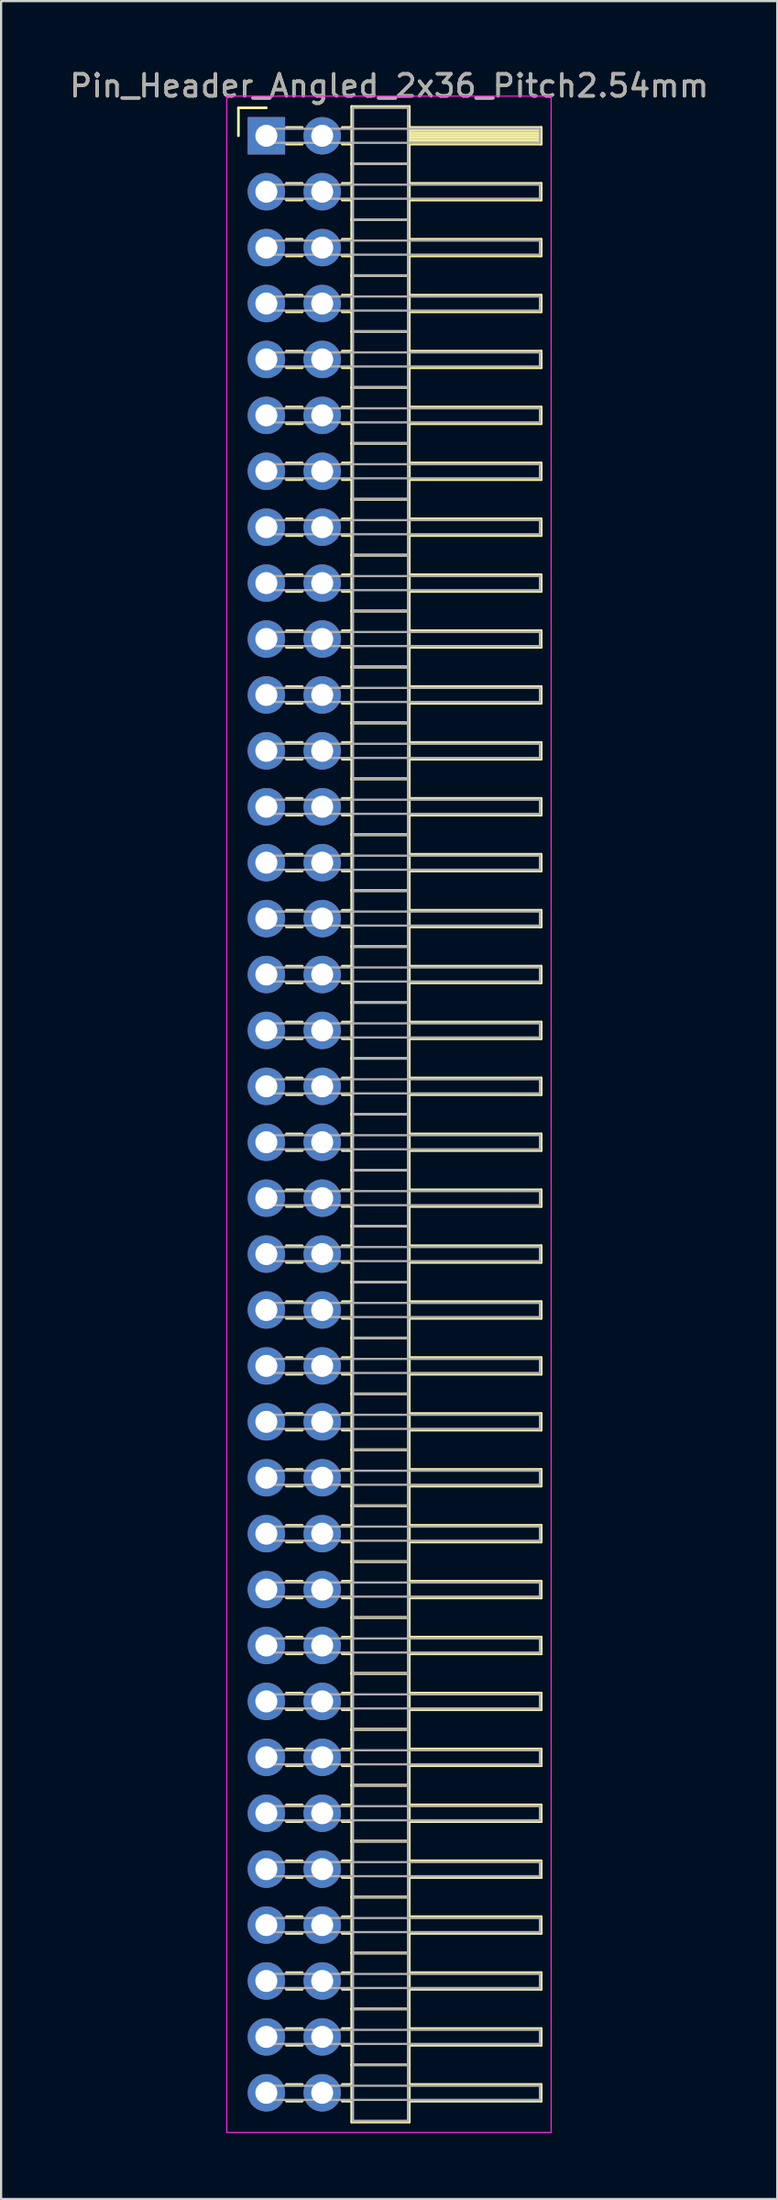
<source format=kicad_pcb>
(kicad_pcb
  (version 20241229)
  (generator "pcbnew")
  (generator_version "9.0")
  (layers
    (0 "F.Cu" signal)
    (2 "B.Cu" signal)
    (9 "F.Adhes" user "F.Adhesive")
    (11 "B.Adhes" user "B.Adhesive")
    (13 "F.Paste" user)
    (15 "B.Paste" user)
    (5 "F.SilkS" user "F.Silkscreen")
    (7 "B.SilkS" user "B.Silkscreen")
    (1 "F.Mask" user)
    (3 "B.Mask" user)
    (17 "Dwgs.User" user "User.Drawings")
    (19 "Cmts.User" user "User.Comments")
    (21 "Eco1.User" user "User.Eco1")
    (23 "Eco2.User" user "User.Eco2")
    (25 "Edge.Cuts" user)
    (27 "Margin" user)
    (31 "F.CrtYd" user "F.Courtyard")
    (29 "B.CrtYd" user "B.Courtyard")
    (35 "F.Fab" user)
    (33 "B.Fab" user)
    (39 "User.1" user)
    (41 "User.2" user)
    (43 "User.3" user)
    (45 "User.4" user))
  (footprint "Pin_Header_Angled_2x36_Pitch2.54mm"
    (layer "F.Cu")
    (at 9.064 3.118)
    (property "Reference" "Pin_Header_Angled_2x36_Pitch2.54mm" (at 5.585 -2.27 0) (layer "F.SilkS") (effects (font (size 1 1) (thickness 0.15))))
    (attr through_hole)
    (fp_line (start -1.27 -1.27) (end 0 -1.27) (stroke (width 0.12) (type solid)) (layer "F.SilkS"))
    (fp_line (start -1.27 0) (end -1.27 -1.27) (stroke (width 0.12) (type solid)) (layer "F.SilkS"))
    (fp_line (start 0.91 -0.38) (end 1.63 -0.38) (stroke (width 0.12) (type solid)) (layer "F.SilkS"))
    (fp_line (start 0.91 0.38) (end 1.63 0.38) (stroke (width 0.12) (type solid)) (layer "F.SilkS"))
    (fp_line (start 0.91 2.16) (end 1.63 2.16) (stroke (width 0.12) (type solid)) (layer "F.SilkS"))
    (fp_line (start 0.91 2.92) (end 1.63 2.92) (stroke (width 0.12) (type solid)) (layer "F.SilkS"))
    (fp_line (start 0.91 4.7) (end 1.63 4.7) (stroke (width 0.12) (type solid)) (layer "F.SilkS"))
    (fp_line (start 0.91 5.46) (end 1.63 5.46) (stroke (width 0.12) (type solid)) (layer "F.SilkS"))
    (fp_line (start 0.91 7.24) (end 1.63 7.24) (stroke (width 0.12) (type solid)) (layer "F.SilkS"))
    (fp_line (start 0.91 8) (end 1.63 8) (stroke (width 0.12) (type solid)) (layer "F.SilkS"))
    (fp_line (start 0.91 9.78) (end 1.63 9.78) (stroke (width 0.12) (type solid)) (layer "F.SilkS"))
    (fp_line (start 0.91 10.54) (end 1.63 10.54) (stroke (width 0.12) (type solid)) (layer "F.SilkS"))
    (fp_line (start 0.91 12.32) (end 1.63 12.32) (stroke (width 0.12) (type solid)) (layer "F.SilkS"))
    (fp_line (start 0.91 13.08) (end 1.63 13.08) (stroke (width 0.12) (type solid)) (layer "F.SilkS"))
    (fp_line (start 0.91 14.86) (end 1.63 14.86) (stroke (width 0.12) (type solid)) (layer "F.SilkS"))
    (fp_line (start 0.91 15.62) (end 1.63 15.62) (stroke (width 0.12) (type solid)) (layer "F.SilkS"))
    (fp_line (start 0.91 17.4) (end 1.63 17.4) (stroke (width 0.12) (type solid)) (layer "F.SilkS"))
    (fp_line (start 0.91 18.16) (end 1.63 18.16) (stroke (width 0.12) (type solid)) (layer "F.SilkS"))
    (fp_line (start 0.91 19.94) (end 1.63 19.94) (stroke (width 0.12) (type solid)) (layer "F.SilkS"))
    (fp_line (start 0.91 20.7) (end 1.63 20.7) (stroke (width 0.12) (type solid)) (layer "F.SilkS"))
    (fp_line (start 0.91 22.48) (end 1.63 22.48) (stroke (width 0.12) (type solid)) (layer "F.SilkS"))
    (fp_line (start 0.91 23.24) (end 1.63 23.24) (stroke (width 0.12) (type solid)) (layer "F.SilkS"))
    (fp_line (start 0.91 25.02) (end 1.63 25.02) (stroke (width 0.12) (type solid)) (layer "F.SilkS"))
    (fp_line (start 0.91 25.78) (end 1.63 25.78) (stroke (width 0.12) (type solid)) (layer "F.SilkS"))
    (fp_line (start 0.91 27.56) (end 1.63 27.56) (stroke (width 0.12) (type solid)) (layer "F.SilkS"))
    (fp_line (start 0.91 28.32) (end 1.63 28.32) (stroke (width 0.12) (type solid)) (layer "F.SilkS"))
    (fp_line (start 0.91 30.1) (end 1.63 30.1) (stroke (width 0.12) (type solid)) (layer "F.SilkS"))
    (fp_line (start 0.91 30.86) (end 1.63 30.86) (stroke (width 0.12) (type solid)) (layer "F.SilkS"))
    (fp_line (start 0.91 32.64) (end 1.63 32.64) (stroke (width 0.12) (type solid)) (layer "F.SilkS"))
    (fp_line (start 0.91 33.4) (end 1.63 33.4) (stroke (width 0.12) (type solid)) (layer "F.SilkS"))
    (fp_line (start 0.91 35.18) (end 1.63 35.18) (stroke (width 0.12) (type solid)) (layer "F.SilkS"))
    (fp_line (start 0.91 35.94) (end 1.63 35.94) (stroke (width 0.12) (type solid)) (layer "F.SilkS"))
    (fp_line (start 0.91 37.72) (end 1.63 37.72) (stroke (width 0.12) (type solid)) (layer "F.SilkS"))
    (fp_line (start 0.91 38.48) (end 1.63 38.48) (stroke (width 0.12) (type solid)) (layer "F.SilkS"))
    (fp_line (start 0.91 40.26) (end 1.63 40.26) (stroke (width 0.12) (type solid)) (layer "F.SilkS"))
    (fp_line (start 0.91 41.02) (end 1.63 41.02) (stroke (width 0.12) (type solid)) (layer "F.SilkS"))
    (fp_line (start 0.91 42.8) (end 1.63 42.8) (stroke (width 0.12) (type solid)) (layer "F.SilkS"))
    (fp_line (start 0.91 43.56) (end 1.63 43.56) (stroke (width 0.12) (type solid)) (layer "F.SilkS"))
    (fp_line (start 0.91 45.34) (end 1.63 45.34) (stroke (width 0.12) (type solid)) (layer "F.SilkS"))
    (fp_line (start 0.91 46.1) (end 1.63 46.1) (stroke (width 0.12) (type solid)) (layer "F.SilkS"))
    (fp_line (start 0.91 47.88) (end 1.63 47.88) (stroke (width 0.12) (type solid)) (layer "F.SilkS"))
    (fp_line (start 0.91 48.64) (end 1.63 48.64) (stroke (width 0.12) (type solid)) (layer "F.SilkS"))
    (fp_line (start 0.91 50.42) (end 1.63 50.42) (stroke (width 0.12) (type solid)) (layer "F.SilkS"))
    (fp_line (start 0.91 51.18) (end 1.63 51.18) (stroke (width 0.12) (type solid)) (layer "F.SilkS"))
    (fp_line (start 0.91 52.96) (end 1.63 52.96) (stroke (width 0.12) (type solid)) (layer "F.SilkS"))
    (fp_line (start 0.91 53.72) (end 1.63 53.72) (stroke (width 0.12) (type solid)) (layer "F.SilkS"))
    (fp_line (start 0.91 55.5) (end 1.63 55.5) (stroke (width 0.12) (type solid)) (layer "F.SilkS"))
    (fp_line (start 0.91 56.26) (end 1.63 56.26) (stroke (width 0.12) (type solid)) (layer "F.SilkS"))
    (fp_line (start 0.91 58.04) (end 1.63 58.04) (stroke (width 0.12) (type solid)) (layer "F.SilkS"))
    (fp_line (start 0.91 58.8) (end 1.63 58.8) (stroke (width 0.12) (type solid)) (layer "F.SilkS"))
    (fp_line (start 0.91 60.58) (end 1.63 60.58) (stroke (width 0.12) (type solid)) (layer "F.SilkS"))
    (fp_line (start 0.91 61.34) (end 1.63 61.34) (stroke (width 0.12) (type solid)) (layer "F.SilkS"))
    (fp_line (start 0.91 63.12) (end 1.63 63.12) (stroke (width 0.12) (type solid)) (layer "F.SilkS"))
    (fp_line (start 0.91 63.88) (end 1.63 63.88) (stroke (width 0.12) (type solid)) (layer "F.SilkS"))
    (fp_line (start 0.91 65.66) (end 1.63 65.66) (stroke (width 0.12) (type solid)) (layer "F.SilkS"))
    (fp_line (start 0.91 66.42) (end 1.63 66.42) (stroke (width 0.12) (type solid)) (layer "F.SilkS"))
    (fp_line (start 0.91 68.2) (end 1.63 68.2) (stroke (width 0.12) (type solid)) (layer "F.SilkS"))
    (fp_line (start 0.91 68.96) (end 1.63 68.96) (stroke (width 0.12) (type solid)) (layer "F.SilkS"))
    (fp_line (start 0.91 70.74) (end 1.63 70.74) (stroke (width 0.12) (type solid)) (layer "F.SilkS"))
    (fp_line (start 0.91 71.5) (end 1.63 71.5) (stroke (width 0.12) (type solid)) (layer "F.SilkS"))
    (fp_line (start 0.91 73.28) (end 1.63 73.28) (stroke (width 0.12) (type solid)) (layer "F.SilkS"))
    (fp_line (start 0.91 74.04) (end 1.63 74.04) (stroke (width 0.12) (type solid)) (layer "F.SilkS"))
    (fp_line (start 0.91 75.82) (end 1.63 75.82) (stroke (width 0.12) (type solid)) (layer "F.SilkS"))
    (fp_line (start 0.91 76.58) (end 1.63 76.58) (stroke (width 0.12) (type solid)) (layer "F.SilkS"))
    (fp_line (start 0.91 78.36) (end 1.63 78.36) (stroke (width 0.12) (type solid)) (layer "F.SilkS"))
    (fp_line (start 0.91 79.12) (end 1.63 79.12) (stroke (width 0.12) (type solid)) (layer "F.SilkS"))
    (fp_line (start 0.91 80.9) (end 1.63 80.9) (stroke (width 0.12) (type solid)) (layer "F.SilkS"))
    (fp_line (start 0.91 81.66) (end 1.63 81.66) (stroke (width 0.12) (type solid)) (layer "F.SilkS"))
    (fp_line (start 0.91 83.44) (end 1.63 83.44) (stroke (width 0.12) (type solid)) (layer "F.SilkS"))
    (fp_line (start 0.91 84.2) (end 1.63 84.2) (stroke (width 0.12) (type solid)) (layer "F.SilkS"))
    (fp_line (start 0.91 85.98) (end 1.63 85.98) (stroke (width 0.12) (type solid)) (layer "F.SilkS"))
    (fp_line (start 0.91 86.74) (end 1.63 86.74) (stroke (width 0.12) (type solid)) (layer "F.SilkS"))
    (fp_line (start 0.91 88.52) (end 1.63 88.52) (stroke (width 0.12) (type solid)) (layer "F.SilkS"))
    (fp_line (start 0.91 89.28) (end 1.63 89.28) (stroke (width 0.12) (type solid)) (layer "F.SilkS"))
    (fp_line (start 3.45 -0.38) (end 3.88 -0.38) (stroke (width 0.12) (type solid)) (layer "F.SilkS"))
    (fp_line (start 3.45 0.38) (end 3.88 0.38) (stroke (width 0.12) (type solid)) (layer "F.SilkS"))
    (fp_line (start 3.45 2.16) (end 3.88 2.16) (stroke (width 0.12) (type solid)) (layer "F.SilkS"))
    (fp_line (start 3.45 2.92) (end 3.88 2.92) (stroke (width 0.12) (type solid)) (layer "F.SilkS"))
    (fp_line (start 3.45 4.7) (end 3.88 4.7) (stroke (width 0.12) (type solid)) (layer "F.SilkS"))
    (fp_line (start 3.45 5.46) (end 3.88 5.46) (stroke (width 0.12) (type solid)) (layer "F.SilkS"))
    (fp_line (start 3.45 7.24) (end 3.88 7.24) (stroke (width 0.12) (type solid)) (layer "F.SilkS"))
    (fp_line (start 3.45 8) (end 3.88 8) (stroke (width 0.12) (type solid)) (layer "F.SilkS"))
    (fp_line (start 3.45 9.78) (end 3.88 9.78) (stroke (width 0.12) (type solid)) (layer "F.SilkS"))
    (fp_line (start 3.45 10.54) (end 3.88 10.54) (stroke (width 0.12) (type solid)) (layer "F.SilkS"))
    (fp_line (start 3.45 12.32) (end 3.88 12.32) (stroke (width 0.12) (type solid)) (layer "F.SilkS"))
    (fp_line (start 3.45 13.08) (end 3.88 13.08) (stroke (width 0.12) (type solid)) (layer "F.SilkS"))
    (fp_line (start 3.45 14.86) (end 3.88 14.86) (stroke (width 0.12) (type solid)) (layer "F.SilkS"))
    (fp_line (start 3.45 15.62) (end 3.88 15.62) (stroke (width 0.12) (type solid)) (layer "F.SilkS"))
    (fp_line (start 3.45 17.4) (end 3.88 17.4) (stroke (width 0.12) (type solid)) (layer "F.SilkS"))
    (fp_line (start 3.45 18.16) (end 3.88 18.16) (stroke (width 0.12) (type solid)) (layer "F.SilkS"))
    (fp_line (start 3.45 19.94) (end 3.88 19.94) (stroke (width 0.12) (type solid)) (layer "F.SilkS"))
    (fp_line (start 3.45 20.7) (end 3.88 20.7) (stroke (width 0.12) (type solid)) (layer "F.SilkS"))
    (fp_line (start 3.45 22.48) (end 3.88 22.48) (stroke (width 0.12) (type solid)) (layer "F.SilkS"))
    (fp_line (start 3.45 23.24) (end 3.88 23.24) (stroke (width 0.12) (type solid)) (layer "F.SilkS"))
    (fp_line (start 3.45 25.02) (end 3.88 25.02) (stroke (width 0.12) (type solid)) (layer "F.SilkS"))
    (fp_line (start 3.45 25.78) (end 3.88 25.78) (stroke (width 0.12) (type solid)) (layer "F.SilkS"))
    (fp_line (start 3.45 27.56) (end 3.88 27.56) (stroke (width 0.12) (type solid)) (layer "F.SilkS"))
    (fp_line (start 3.45 28.32) (end 3.88 28.32) (stroke (width 0.12) (type solid)) (layer "F.SilkS"))
    (fp_line (start 3.45 30.1) (end 3.88 30.1) (stroke (width 0.12) (type solid)) (layer "F.SilkS"))
    (fp_line (start 3.45 30.86) (end 3.88 30.86) (stroke (width 0.12) (type solid)) (layer "F.SilkS"))
    (fp_line (start 3.45 32.64) (end 3.88 32.64) (stroke (width 0.12) (type solid)) (layer "F.SilkS"))
    (fp_line (start 3.45 33.4) (end 3.88 33.4) (stroke (width 0.12) (type solid)) (layer "F.SilkS"))
    (fp_line (start 3.45 35.18) (end 3.88 35.18) (stroke (width 0.12) (type solid)) (layer "F.SilkS"))
    (fp_line (start 3.45 35.94) (end 3.88 35.94) (stroke (width 0.12) (type solid)) (layer "F.SilkS"))
    (fp_line (start 3.45 37.72) (end 3.88 37.72) (stroke (width 0.12) (type solid)) (layer "F.SilkS"))
    (fp_line (start 3.45 38.48) (end 3.88 38.48) (stroke (width 0.12) (type solid)) (layer "F.SilkS"))
    (fp_line (start 3.45 40.26) (end 3.88 40.26) (stroke (width 0.12) (type solid)) (layer "F.SilkS"))
    (fp_line (start 3.45 41.02) (end 3.88 41.02) (stroke (width 0.12) (type solid)) (layer "F.SilkS"))
    (fp_line (start 3.45 42.8) (end 3.88 42.8) (stroke (width 0.12) (type solid)) (layer "F.SilkS"))
    (fp_line (start 3.45 43.56) (end 3.88 43.56) (stroke (width 0.12) (type solid)) (layer "F.SilkS"))
    (fp_line (start 3.45 45.34) (end 3.88 45.34) (stroke (width 0.12) (type solid)) (layer "F.SilkS"))
    (fp_line (start 3.45 46.1) (end 3.88 46.1) (stroke (width 0.12) (type solid)) (layer "F.SilkS"))
    (fp_line (start 3.45 47.88) (end 3.88 47.88) (stroke (width 0.12) (type solid)) (layer "F.SilkS"))
    (fp_line (start 3.45 48.64) (end 3.88 48.64) (stroke (width 0.12) (type solid)) (layer "F.SilkS"))
    (fp_line (start 3.45 50.42) (end 3.88 50.42) (stroke (width 0.12) (type solid)) (layer "F.SilkS"))
    (fp_line (start 3.45 51.18) (end 3.88 51.18) (stroke (width 0.12) (type solid)) (layer "F.SilkS"))
    (fp_line (start 3.45 52.96) (end 3.88 52.96) (stroke (width 0.12) (type solid)) (layer "F.SilkS"))
    (fp_line (start 3.45 53.72) (end 3.88 53.72) (stroke (width 0.12) (type solid)) (layer "F.SilkS"))
    (fp_line (start 3.45 55.5) (end 3.88 55.5) (stroke (width 0.12) (type solid)) (layer "F.SilkS"))
    (fp_line (start 3.45 56.26) (end 3.88 56.26) (stroke (width 0.12) (type solid)) (layer "F.SilkS"))
    (fp_line (start 3.45 58.04) (end 3.88 58.04) (stroke (width 0.12) (type solid)) (layer "F.SilkS"))
    (fp_line (start 3.45 58.8) (end 3.88 58.8) (stroke (width 0.12) (type solid)) (layer "F.SilkS"))
    (fp_line (start 3.45 60.58) (end 3.88 60.58) (stroke (width 0.12) (type solid)) (layer "F.SilkS"))
    (fp_line (start 3.45 61.34) (end 3.88 61.34) (stroke (width 0.12) (type solid)) (layer "F.SilkS"))
    (fp_line (start 3.45 63.12) (end 3.88 63.12) (stroke (width 0.12) (type solid)) (layer "F.SilkS"))
    (fp_line (start 3.45 63.88) (end 3.88 63.88) (stroke (width 0.12) (type solid)) (layer "F.SilkS"))
    (fp_line (start 3.45 65.66) (end 3.88 65.66) (stroke (width 0.12) (type solid)) (layer "F.SilkS"))
    (fp_line (start 3.45 66.42) (end 3.88 66.42) (stroke (width 0.12) (type solid)) (layer "F.SilkS"))
    (fp_line (start 3.45 68.2) (end 3.88 68.2) (stroke (width 0.12) (type solid)) (layer "F.SilkS"))
    (fp_line (start 3.45 68.96) (end 3.88 68.96) (stroke (width 0.12) (type solid)) (layer "F.SilkS"))
    (fp_line (start 3.45 70.74) (end 3.88 70.74) (stroke (width 0.12) (type solid)) (layer "F.SilkS"))
    (fp_line (start 3.45 71.5) (end 3.88 71.5) (stroke (width 0.12) (type solid)) (layer "F.SilkS"))
    (fp_line (start 3.45 73.28) (end 3.88 73.28) (stroke (width 0.12) (type solid)) (layer "F.SilkS"))
    (fp_line (start 3.45 74.04) (end 3.88 74.04) (stroke (width 0.12) (type solid)) (layer "F.SilkS"))
    (fp_line (start 3.45 75.82) (end 3.88 75.82) (stroke (width 0.12) (type solid)) (layer "F.SilkS"))
    (fp_line (start 3.45 76.58) (end 3.88 76.58) (stroke (width 0.12) (type solid)) (layer "F.SilkS"))
    (fp_line (start 3.45 78.36) (end 3.88 78.36) (stroke (width 0.12) (type solid)) (layer "F.SilkS"))
    (fp_line (start 3.45 79.12) (end 3.88 79.12) (stroke (width 0.12) (type solid)) (layer "F.SilkS"))
    (fp_line (start 3.45 80.9) (end 3.88 80.9) (stroke (width 0.12) (type solid)) (layer "F.SilkS"))
    (fp_line (start 3.45 81.66) (end 3.88 81.66) (stroke (width 0.12) (type solid)) (layer "F.SilkS"))
    (fp_line (start 3.45 83.44) (end 3.88 83.44) (stroke (width 0.12) (type solid)) (layer "F.SilkS"))
    (fp_line (start 3.45 84.2) (end 3.88 84.2) (stroke (width 0.12) (type solid)) (layer "F.SilkS"))
    (fp_line (start 3.45 85.98) (end 3.88 85.98) (stroke (width 0.12) (type solid)) (layer "F.SilkS"))
    (fp_line (start 3.45 86.74) (end 3.88 86.74) (stroke (width 0.12) (type solid)) (layer "F.SilkS"))
    (fp_line (start 3.45 88.52) (end 3.88 88.52) (stroke (width 0.12) (type solid)) (layer "F.SilkS"))
    (fp_line (start 3.45 89.28) (end 3.88 89.28) (stroke (width 0.12) (type solid)) (layer "F.SilkS"))
    (fp_line (start 3.88 -1.33) (end 3.88 1.27) (stroke (width 0.12) (type solid)) (layer "F.SilkS"))
    (fp_line (start 3.88 1.27) (end 3.88 3.81) (stroke (width 0.12) (type solid)) (layer "F.SilkS"))
    (fp_line (start 3.88 1.27) (end 6.5 1.27) (stroke (width 0.12) (type solid)) (layer "F.SilkS"))
    (fp_line (start 3.88 3.81) (end 3.88 6.35) (stroke (width 0.12) (type solid)) (layer "F.SilkS"))
    (fp_line (start 3.88 3.81) (end 6.5 3.81) (stroke (width 0.12) (type solid)) (layer "F.SilkS"))
    (fp_line (start 3.88 6.35) (end 3.88 8.89) (stroke (width 0.12) (type solid)) (layer "F.SilkS"))
    (fp_line (start 3.88 6.35) (end 6.5 6.35) (stroke (width 0.12) (type solid)) (layer "F.SilkS"))
    (fp_line (start 3.88 8.89) (end 3.88 11.43) (stroke (width 0.12) (type solid)) (layer "F.SilkS"))
    (fp_line (start 3.88 8.89) (end 6.5 8.89) (stroke (width 0.12) (type solid)) (layer "F.SilkS"))
    (fp_line (start 3.88 11.43) (end 3.88 13.97) (stroke (width 0.12) (type solid)) (layer "F.SilkS"))
    (fp_line (start 3.88 11.43) (end 6.5 11.43) (stroke (width 0.12) (type solid)) (layer "F.SilkS"))
    (fp_line (start 3.88 13.97) (end 3.88 16.51) (stroke (width 0.12) (type solid)) (layer "F.SilkS"))
    (fp_line (start 3.88 13.97) (end 6.5 13.97) (stroke (width 0.12) (type solid)) (layer "F.SilkS"))
    (fp_line (start 3.88 16.51) (end 3.88 19.05) (stroke (width 0.12) (type solid)) (layer "F.SilkS"))
    (fp_line (start 3.88 16.51) (end 6.5 16.51) (stroke (width 0.12) (type solid)) (layer "F.SilkS"))
    (fp_line (start 3.88 19.05) (end 3.88 21.59) (stroke (width 0.12) (type solid)) (layer "F.SilkS"))
    (fp_line (start 3.88 19.05) (end 6.5 19.05) (stroke (width 0.12) (type solid)) (layer "F.SilkS"))
    (fp_line (start 3.88 21.59) (end 3.88 24.13) (stroke (width 0.12) (type solid)) (layer "F.SilkS"))
    (fp_line (start 3.88 21.59) (end 6.5 21.59) (stroke (width 0.12) (type solid)) (layer "F.SilkS"))
    (fp_line (start 3.88 24.13) (end 3.88 26.67) (stroke (width 0.12) (type solid)) (layer "F.SilkS"))
    (fp_line (start 3.88 24.13) (end 6.5 24.13) (stroke (width 0.12) (type solid)) (layer "F.SilkS"))
    (fp_line (start 3.88 26.67) (end 3.88 29.21) (stroke (width 0.12) (type solid)) (layer "F.SilkS"))
    (fp_line (start 3.88 26.67) (end 6.5 26.67) (stroke (width 0.12) (type solid)) (layer "F.SilkS"))
    (fp_line (start 3.88 29.21) (end 3.88 31.75) (stroke (width 0.12) (type solid)) (layer "F.SilkS"))
    (fp_line (start 3.88 29.21) (end 6.5 29.21) (stroke (width 0.12) (type solid)) (layer "F.SilkS"))
    (fp_line (start 3.88 31.75) (end 3.88 34.29) (stroke (width 0.12) (type solid)) (layer "F.SilkS"))
    (fp_line (start 3.88 31.75) (end 6.5 31.75) (stroke (width 0.12) (type solid)) (layer "F.SilkS"))
    (fp_line (start 3.88 34.29) (end 3.88 36.83) (stroke (width 0.12) (type solid)) (layer "F.SilkS"))
    (fp_line (start 3.88 34.29) (end 6.5 34.29) (stroke (width 0.12) (type solid)) (layer "F.SilkS"))
    (fp_line (start 3.88 36.83) (end 3.88 39.37) (stroke (width 0.12) (type solid)) (layer "F.SilkS"))
    (fp_line (start 3.88 36.83) (end 6.5 36.83) (stroke (width 0.12) (type solid)) (layer "F.SilkS"))
    (fp_line (start 3.88 39.37) (end 3.88 41.91) (stroke (width 0.12) (type solid)) (layer "F.SilkS"))
    (fp_line (start 3.88 39.37) (end 6.5 39.37) (stroke (width 0.12) (type solid)) (layer "F.SilkS"))
    (fp_line (start 3.88 41.91) (end 3.88 44.45) (stroke (width 0.12) (type solid)) (layer "F.SilkS"))
    (fp_line (start 3.88 41.91) (end 6.5 41.91) (stroke (width 0.12) (type solid)) (layer "F.SilkS"))
    (fp_line (start 3.88 44.45) (end 3.88 46.99) (stroke (width 0.12) (type solid)) (layer "F.SilkS"))
    (fp_line (start 3.88 44.45) (end 6.5 44.45) (stroke (width 0.12) (type solid)) (layer "F.SilkS"))
    (fp_line (start 3.88 46.99) (end 3.88 49.53) (stroke (width 0.12) (type solid)) (layer "F.SilkS"))
    (fp_line (start 3.88 46.99) (end 6.5 46.99) (stroke (width 0.12) (type solid)) (layer "F.SilkS"))
    (fp_line (start 3.88 49.53) (end 3.88 52.07) (stroke (width 0.12) (type solid)) (layer "F.SilkS"))
    (fp_line (start 3.88 49.53) (end 6.5 49.53) (stroke (width 0.12) (type solid)) (layer "F.SilkS"))
    (fp_line (start 3.88 52.07) (end 3.88 54.61) (stroke (width 0.12) (type solid)) (layer "F.SilkS"))
    (fp_line (start 3.88 52.07) (end 6.5 52.07) (stroke (width 0.12) (type solid)) (layer "F.SilkS"))
    (fp_line (start 3.88 54.61) (end 3.88 57.15) (stroke (width 0.12) (type solid)) (layer "F.SilkS"))
    (fp_line (start 3.88 54.61) (end 6.5 54.61) (stroke (width 0.12) (type solid)) (layer "F.SilkS"))
    (fp_line (start 3.88 57.15) (end 3.88 59.69) (stroke (width 0.12) (type solid)) (layer "F.SilkS"))
    (fp_line (start 3.88 57.15) (end 6.5 57.15) (stroke (width 0.12) (type solid)) (layer "F.SilkS"))
    (fp_line (start 3.88 59.69) (end 3.88 62.23) (stroke (width 0.12) (type solid)) (layer "F.SilkS"))
    (fp_line (start 3.88 59.69) (end 6.5 59.69) (stroke (width 0.12) (type solid)) (layer "F.SilkS"))
    (fp_line (start 3.88 62.23) (end 3.88 64.77) (stroke (width 0.12) (type solid)) (layer "F.SilkS"))
    (fp_line (start 3.88 62.23) (end 6.5 62.23) (stroke (width 0.12) (type solid)) (layer "F.SilkS"))
    (fp_line (start 3.88 64.77) (end 3.88 67.31) (stroke (width 0.12) (type solid)) (layer "F.SilkS"))
    (fp_line (start 3.88 64.77) (end 6.5 64.77) (stroke (width 0.12) (type solid)) (layer "F.SilkS"))
    (fp_line (start 3.88 67.31) (end 3.88 69.85) (stroke (width 0.12) (type solid)) (layer "F.SilkS"))
    (fp_line (start 3.88 67.31) (end 6.5 67.31) (stroke (width 0.12) (type solid)) (layer "F.SilkS"))
    (fp_line (start 3.88 69.85) (end 3.88 72.39) (stroke (width 0.12) (type solid)) (layer "F.SilkS"))
    (fp_line (start 3.88 69.85) (end 6.5 69.85) (stroke (width 0.12) (type solid)) (layer "F.SilkS"))
    (fp_line (start 3.88 72.39) (end 3.88 74.93) (stroke (width 0.12) (type solid)) (layer "F.SilkS"))
    (fp_line (start 3.88 72.39) (end 6.5 72.39) (stroke (width 0.12) (type solid)) (layer "F.SilkS"))
    (fp_line (start 3.88 74.93) (end 3.88 77.47) (stroke (width 0.12) (type solid)) (layer "F.SilkS"))
    (fp_line (start 3.88 74.93) (end 6.5 74.93) (stroke (width 0.12) (type solid)) (layer "F.SilkS"))
    (fp_line (start 3.88 77.47) (end 3.88 80.01) (stroke (width 0.12) (type solid)) (layer "F.SilkS"))
    (fp_line (start 3.88 77.47) (end 6.5 77.47) (stroke (width 0.12) (type solid)) (layer "F.SilkS"))
    (fp_line (start 3.88 80.01) (end 3.88 82.55) (stroke (width 0.12) (type solid)) (layer "F.SilkS"))
    (fp_line (start 3.88 80.01) (end 6.5 80.01) (stroke (width 0.12) (type solid)) (layer "F.SilkS"))
    (fp_line (start 3.88 82.55) (end 3.88 85.09) (stroke (width 0.12) (type solid)) (layer "F.SilkS"))
    (fp_line (start 3.88 82.55) (end 6.5 82.55) (stroke (width 0.12) (type solid)) (layer "F.SilkS"))
    (fp_line (start 3.88 85.09) (end 3.88 87.63) (stroke (width 0.12) (type solid)) (layer "F.SilkS"))
    (fp_line (start 3.88 85.09) (end 6.5 85.09) (stroke (width 0.12) (type solid)) (layer "F.SilkS"))
    (fp_line (start 3.88 87.63) (end 3.88 90.23) (stroke (width 0.12) (type solid)) (layer "F.SilkS"))
    (fp_line (start 3.88 87.63) (end 6.5 87.63) (stroke (width 0.12) (type solid)) (layer "F.SilkS"))
    (fp_line (start 3.88 90.23) (end 6.5 90.23) (stroke (width 0.12) (type solid)) (layer "F.SilkS"))
    (fp_line (start 6.5 -1.33) (end 3.88 -1.33) (stroke (width 0.12) (type solid)) (layer "F.SilkS"))
    (fp_line (start 6.5 -0.38) (end 6.5 0.38) (stroke (width 0.12) (type solid)) (layer "F.SilkS"))
    (fp_line (start 6.5 -0.26) (end 12.5 -0.26) (stroke (width 0.12) (type solid)) (layer "F.SilkS"))
    (fp_line (start 6.5 -0.14) (end 12.5 -0.14) (stroke (width 0.12) (type solid)) (layer "F.SilkS"))
    (fp_line (start 6.5 -0.02) (end 12.5 -0.02) (stroke (width 0.12) (type solid)) (layer "F.SilkS"))
    (fp_line (start 6.5 0.1) (end 12.5 0.1) (stroke (width 0.12) (type solid)) (layer "F.SilkS"))
    (fp_line (start 6.5 0.22) (end 12.5 0.22) (stroke (width 0.12) (type solid)) (layer "F.SilkS"))
    (fp_line (start 6.5 0.34) (end 12.5 0.34) (stroke (width 0.12) (type solid)) (layer "F.SilkS"))
    (fp_line (start 6.5 0.38) (end 12.5 0.38) (stroke (width 0.12) (type solid)) (layer "F.SilkS"))
    (fp_line (start 6.5 1.27) (end 3.88 1.27) (stroke (width 0.12) (type solid)) (layer "F.SilkS"))
    (fp_line (start 6.5 1.27) (end 6.5 -1.33) (stroke (width 0.12) (type solid)) (layer "F.SilkS"))
    (fp_line (start 6.5 2.16) (end 6.5 2.92) (stroke (width 0.12) (type solid)) (layer "F.SilkS"))
    (fp_line (start 6.5 2.92) (end 12.5 2.92) (stroke (width 0.12) (type solid)) (layer "F.SilkS"))
    (fp_line (start 6.5 3.81) (end 3.88 3.81) (stroke (width 0.12) (type solid)) (layer "F.SilkS"))
    (fp_line (start 6.5 3.81) (end 6.5 1.27) (stroke (width 0.12) (type solid)) (layer "F.SilkS"))
    (fp_line (start 6.5 4.7) (end 6.5 5.46) (stroke (width 0.12) (type solid)) (layer "F.SilkS"))
    (fp_line (start 6.5 5.46) (end 12.5 5.46) (stroke (width 0.12) (type solid)) (layer "F.SilkS"))
    (fp_line (start 6.5 6.35) (end 3.88 6.35) (stroke (width 0.12) (type solid)) (layer "F.SilkS"))
    (fp_line (start 6.5 6.35) (end 6.5 3.81) (stroke (width 0.12) (type solid)) (layer "F.SilkS"))
    (fp_line (start 6.5 7.24) (end 6.5 8) (stroke (width 0.12) (type solid)) (layer "F.SilkS"))
    (fp_line (start 6.5 8) (end 12.5 8) (stroke (width 0.12) (type solid)) (layer "F.SilkS"))
    (fp_line (start 6.5 8.89) (end 3.88 8.89) (stroke (width 0.12) (type solid)) (layer "F.SilkS"))
    (fp_line (start 6.5 8.89) (end 6.5 6.35) (stroke (width 0.12) (type solid)) (layer "F.SilkS"))
    (fp_line (start 6.5 9.78) (end 6.5 10.54) (stroke (width 0.12) (type solid)) (layer "F.SilkS"))
    (fp_line (start 6.5 10.54) (end 12.5 10.54) (stroke (width 0.12) (type solid)) (layer "F.SilkS"))
    (fp_line (start 6.5 11.43) (end 3.88 11.43) (stroke (width 0.12) (type solid)) (layer "F.SilkS"))
    (fp_line (start 6.5 11.43) (end 6.5 8.89) (stroke (width 0.12) (type solid)) (layer "F.SilkS"))
    (fp_line (start 6.5 12.32) (end 6.5 13.08) (stroke (width 0.12) (type solid)) (layer "F.SilkS"))
    (fp_line (start 6.5 13.08) (end 12.5 13.08) (stroke (width 0.12) (type solid)) (layer "F.SilkS"))
    (fp_line (start 6.5 13.97) (end 3.88 13.97) (stroke (width 0.12) (type solid)) (layer "F.SilkS"))
    (fp_line (start 6.5 13.97) (end 6.5 11.43) (stroke (width 0.12) (type solid)) (layer "F.SilkS"))
    (fp_line (start 6.5 14.86) (end 6.5 15.62) (stroke (width 0.12) (type solid)) (layer "F.SilkS"))
    (fp_line (start 6.5 15.62) (end 12.5 15.62) (stroke (width 0.12) (type solid)) (layer "F.SilkS"))
    (fp_line (start 6.5 16.51) (end 3.88 16.51) (stroke (width 0.12) (type solid)) (layer "F.SilkS"))
    (fp_line (start 6.5 16.51) (end 6.5 13.97) (stroke (width 0.12) (type solid)) (layer "F.SilkS"))
    (fp_line (start 6.5 17.4) (end 6.5 18.16) (stroke (width 0.12) (type solid)) (layer "F.SilkS"))
    (fp_line (start 6.5 18.16) (end 12.5 18.16) (stroke (width 0.12) (type solid)) (layer "F.SilkS"))
    (fp_line (start 6.5 19.05) (end 3.88 19.05) (stroke (width 0.12) (type solid)) (layer "F.SilkS"))
    (fp_line (start 6.5 19.05) (end 6.5 16.51) (stroke (width 0.12) (type solid)) (layer "F.SilkS"))
    (fp_line (start 6.5 19.94) (end 6.5 20.7) (stroke (width 0.12) (type solid)) (layer "F.SilkS"))
    (fp_line (start 6.5 20.7) (end 12.5 20.7) (stroke (width 0.12) (type solid)) (layer "F.SilkS"))
    (fp_line (start 6.5 21.59) (end 3.88 21.59) (stroke (width 0.12) (type solid)) (layer "F.SilkS"))
    (fp_line (start 6.5 21.59) (end 6.5 19.05) (stroke (width 0.12) (type solid)) (layer "F.SilkS"))
    (fp_line (start 6.5 22.48) (end 6.5 23.24) (stroke (width 0.12) (type solid)) (layer "F.SilkS"))
    (fp_line (start 6.5 23.24) (end 12.5 23.24) (stroke (width 0.12) (type solid)) (layer "F.SilkS"))
    (fp_line (start 6.5 24.13) (end 3.88 24.13) (stroke (width 0.12) (type solid)) (layer "F.SilkS"))
    (fp_line (start 6.5 24.13) (end 6.5 21.59) (stroke (width 0.12) (type solid)) (layer "F.SilkS"))
    (fp_line (start 6.5 25.02) (end 6.5 25.78) (stroke (width 0.12) (type solid)) (layer "F.SilkS"))
    (fp_line (start 6.5 25.78) (end 12.5 25.78) (stroke (width 0.12) (type solid)) (layer "F.SilkS"))
    (fp_line (start 6.5 26.67) (end 3.88 26.67) (stroke (width 0.12) (type solid)) (layer "F.SilkS"))
    (fp_line (start 6.5 26.67) (end 6.5 24.13) (stroke (width 0.12) (type solid)) (layer "F.SilkS"))
    (fp_line (start 6.5 27.56) (end 6.5 28.32) (stroke (width 0.12) (type solid)) (layer "F.SilkS"))
    (fp_line (start 6.5 28.32) (end 12.5 28.32) (stroke (width 0.12) (type solid)) (layer "F.SilkS"))
    (fp_line (start 6.5 29.21) (end 3.88 29.21) (stroke (width 0.12) (type solid)) (layer "F.SilkS"))
    (fp_line (start 6.5 29.21) (end 6.5 26.67) (stroke (width 0.12) (type solid)) (layer "F.SilkS"))
    (fp_line (start 6.5 30.1) (end 6.5 30.86) (stroke (width 0.12) (type solid)) (layer "F.SilkS"))
    (fp_line (start 6.5 30.86) (end 12.5 30.86) (stroke (width 0.12) (type solid)) (layer "F.SilkS"))
    (fp_line (start 6.5 31.75) (end 3.88 31.75) (stroke (width 0.12) (type solid)) (layer "F.SilkS"))
    (fp_line (start 6.5 31.75) (end 6.5 29.21) (stroke (width 0.12) (type solid)) (layer "F.SilkS"))
    (fp_line (start 6.5 32.64) (end 6.5 33.4) (stroke (width 0.12) (type solid)) (layer "F.SilkS"))
    (fp_line (start 6.5 33.4) (end 12.5 33.4) (stroke (width 0.12) (type solid)) (layer "F.SilkS"))
    (fp_line (start 6.5 34.29) (end 3.88 34.29) (stroke (width 0.12) (type solid)) (layer "F.SilkS"))
    (fp_line (start 6.5 34.29) (end 6.5 31.75) (stroke (width 0.12) (type solid)) (layer "F.SilkS"))
    (fp_line (start 6.5 35.18) (end 6.5 35.94) (stroke (width 0.12) (type solid)) (layer "F.SilkS"))
    (fp_line (start 6.5 35.94) (end 12.5 35.94) (stroke (width 0.12) (type solid)) (layer "F.SilkS"))
    (fp_line (start 6.5 36.83) (end 3.88 36.83) (stroke (width 0.12) (type solid)) (layer "F.SilkS"))
    (fp_line (start 6.5 36.83) (end 6.5 34.29) (stroke (width 0.12) (type solid)) (layer "F.SilkS"))
    (fp_line (start 6.5 37.72) (end 6.5 38.48) (stroke (width 0.12) (type solid)) (layer "F.SilkS"))
    (fp_line (start 6.5 38.48) (end 12.5 38.48) (stroke (width 0.12) (type solid)) (layer "F.SilkS"))
    (fp_line (start 6.5 39.37) (end 3.88 39.37) (stroke (width 0.12) (type solid)) (layer "F.SilkS"))
    (fp_line (start 6.5 39.37) (end 6.5 36.83) (stroke (width 0.12) (type solid)) (layer "F.SilkS"))
    (fp_line (start 6.5 40.26) (end 6.5 41.02) (stroke (width 0.12) (type solid)) (layer "F.SilkS"))
    (fp_line (start 6.5 41.02) (end 12.5 41.02) (stroke (width 0.12) (type solid)) (layer "F.SilkS"))
    (fp_line (start 6.5 41.91) (end 3.88 41.91) (stroke (width 0.12) (type solid)) (layer "F.SilkS"))
    (fp_line (start 6.5 41.91) (end 6.5 39.37) (stroke (width 0.12) (type solid)) (layer "F.SilkS"))
    (fp_line (start 6.5 42.8) (end 6.5 43.56) (stroke (width 0.12) (type solid)) (layer "F.SilkS"))
    (fp_line (start 6.5 43.56) (end 12.5 43.56) (stroke (width 0.12) (type solid)) (layer "F.SilkS"))
    (fp_line (start 6.5 44.45) (end 3.88 44.45) (stroke (width 0.12) (type solid)) (layer "F.SilkS"))
    (fp_line (start 6.5 44.45) (end 6.5 41.91) (stroke (width 0.12) (type solid)) (layer "F.SilkS"))
    (fp_line (start 6.5 45.34) (end 6.5 46.1) (stroke (width 0.12) (type solid)) (layer "F.SilkS"))
    (fp_line (start 6.5 46.1) (end 12.5 46.1) (stroke (width 0.12) (type solid)) (layer "F.SilkS"))
    (fp_line (start 6.5 46.99) (end 3.88 46.99) (stroke (width 0.12) (type solid)) (layer "F.SilkS"))
    (fp_line (start 6.5 46.99) (end 6.5 44.45) (stroke (width 0.12) (type solid)) (layer "F.SilkS"))
    (fp_line (start 6.5 47.88) (end 6.5 48.64) (stroke (width 0.12) (type solid)) (layer "F.SilkS"))
    (fp_line (start 6.5 48.64) (end 12.5 48.64) (stroke (width 0.12) (type solid)) (layer "F.SilkS"))
    (fp_line (start 6.5 49.53) (end 3.88 49.53) (stroke (width 0.12) (type solid)) (layer "F.SilkS"))
    (fp_line (start 6.5 49.53) (end 6.5 46.99) (stroke (width 0.12) (type solid)) (layer "F.SilkS"))
    (fp_line (start 6.5 50.42) (end 6.5 51.18) (stroke (width 0.12) (type solid)) (layer "F.SilkS"))
    (fp_line (start 6.5 51.18) (end 12.5 51.18) (stroke (width 0.12) (type solid)) (layer "F.SilkS"))
    (fp_line (start 6.5 52.07) (end 3.88 52.07) (stroke (width 0.12) (type solid)) (layer "F.SilkS"))
    (fp_line (start 6.5 52.07) (end 6.5 49.53) (stroke (width 0.12) (type solid)) (layer "F.SilkS"))
    (fp_line (start 6.5 52.96) (end 6.5 53.72) (stroke (width 0.12) (type solid)) (layer "F.SilkS"))
    (fp_line (start 6.5 53.72) (end 12.5 53.72) (stroke (width 0.12) (type solid)) (layer "F.SilkS"))
    (fp_line (start 6.5 54.61) (end 3.88 54.61) (stroke (width 0.12) (type solid)) (layer "F.SilkS"))
    (fp_line (start 6.5 54.61) (end 6.5 52.07) (stroke (width 0.12) (type solid)) (layer "F.SilkS"))
    (fp_line (start 6.5 55.5) (end 6.5 56.26) (stroke (width 0.12) (type solid)) (layer "F.SilkS"))
    (fp_line (start 6.5 56.26) (end 12.5 56.26) (stroke (width 0.12) (type solid)) (layer "F.SilkS"))
    (fp_line (start 6.5 57.15) (end 3.88 57.15) (stroke (width 0.12) (type solid)) (layer "F.SilkS"))
    (fp_line (start 6.5 57.15) (end 6.5 54.61) (stroke (width 0.12) (type solid)) (layer "F.SilkS"))
    (fp_line (start 6.5 58.04) (end 6.5 58.8) (stroke (width 0.12) (type solid)) (layer "F.SilkS"))
    (fp_line (start 6.5 58.8) (end 12.5 58.8) (stroke (width 0.12) (type solid)) (layer "F.SilkS"))
    (fp_line (start 6.5 59.69) (end 3.88 59.69) (stroke (width 0.12) (type solid)) (layer "F.SilkS"))
    (fp_line (start 6.5 59.69) (end 6.5 57.15) (stroke (width 0.12) (type solid)) (layer "F.SilkS"))
    (fp_line (start 6.5 60.58) (end 6.5 61.34) (stroke (width 0.12) (type solid)) (layer "F.SilkS"))
    (fp_line (start 6.5 61.34) (end 12.5 61.34) (stroke (width 0.12) (type solid)) (layer "F.SilkS"))
    (fp_line (start 6.5 62.23) (end 3.88 62.23) (stroke (width 0.12) (type solid)) (layer "F.SilkS"))
    (fp_line (start 6.5 62.23) (end 6.5 59.69) (stroke (width 0.12) (type solid)) (layer "F.SilkS"))
    (fp_line (start 6.5 63.12) (end 6.5 63.88) (stroke (width 0.12) (type solid)) (layer "F.SilkS"))
    (fp_line (start 6.5 63.88) (end 12.5 63.88) (stroke (width 0.12) (type solid)) (layer "F.SilkS"))
    (fp_line (start 6.5 64.77) (end 3.88 64.77) (stroke (width 0.12) (type solid)) (layer "F.SilkS"))
    (fp_line (start 6.5 64.77) (end 6.5 62.23) (stroke (width 0.12) (type solid)) (layer "F.SilkS"))
    (fp_line (start 6.5 65.66) (end 6.5 66.42) (stroke (width 0.12) (type solid)) (layer "F.SilkS"))
    (fp_line (start 6.5 66.42) (end 12.5 66.42) (stroke (width 0.12) (type solid)) (layer "F.SilkS"))
    (fp_line (start 6.5 67.31) (end 3.88 67.31) (stroke (width 0.12) (type solid)) (layer "F.SilkS"))
    (fp_line (start 6.5 67.31) (end 6.5 64.77) (stroke (width 0.12) (type solid)) (layer "F.SilkS"))
    (fp_line (start 6.5 68.2) (end 6.5 68.96) (stroke (width 0.12) (type solid)) (layer "F.SilkS"))
    (fp_line (start 6.5 68.96) (end 12.5 68.96) (stroke (width 0.12) (type solid)) (layer "F.SilkS"))
    (fp_line (start 6.5 69.85) (end 3.88 69.85) (stroke (width 0.12) (type solid)) (layer "F.SilkS"))
    (fp_line (start 6.5 69.85) (end 6.5 67.31) (stroke (width 0.12) (type solid)) (layer "F.SilkS"))
    (fp_line (start 6.5 70.74) (end 6.5 71.5) (stroke (width 0.12) (type solid)) (layer "F.SilkS"))
    (fp_line (start 6.5 71.5) (end 12.5 71.5) (stroke (width 0.12) (type solid)) (layer "F.SilkS"))
    (fp_line (start 6.5 72.39) (end 3.88 72.39) (stroke (width 0.12) (type solid)) (layer "F.SilkS"))
    (fp_line (start 6.5 72.39) (end 6.5 69.85) (stroke (width 0.12) (type solid)) (layer "F.SilkS"))
    (fp_line (start 6.5 73.28) (end 6.5 74.04) (stroke (width 0.12) (type solid)) (layer "F.SilkS"))
    (fp_line (start 6.5 74.04) (end 12.5 74.04) (stroke (width 0.12) (type solid)) (layer "F.SilkS"))
    (fp_line (start 6.5 74.93) (end 3.88 74.93) (stroke (width 0.12) (type solid)) (layer "F.SilkS"))
    (fp_line (start 6.5 74.93) (end 6.5 72.39) (stroke (width 0.12) (type solid)) (layer "F.SilkS"))
    (fp_line (start 6.5 75.82) (end 6.5 76.58) (stroke (width 0.12) (type solid)) (layer "F.SilkS"))
    (fp_line (start 6.5 76.58) (end 12.5 76.58) (stroke (width 0.12) (type solid)) (layer "F.SilkS"))
    (fp_line (start 6.5 77.47) (end 3.88 77.47) (stroke (width 0.12) (type solid)) (layer "F.SilkS"))
    (fp_line (start 6.5 77.47) (end 6.5 74.93) (stroke (width 0.12) (type solid)) (layer "F.SilkS"))
    (fp_line (start 6.5 78.36) (end 6.5 79.12) (stroke (width 0.12) (type solid)) (layer "F.SilkS"))
    (fp_line (start 6.5 79.12) (end 12.5 79.12) (stroke (width 0.12) (type solid)) (layer "F.SilkS"))
    (fp_line (start 6.5 80.01) (end 3.88 80.01) (stroke (width 0.12) (type solid)) (layer "F.SilkS"))
    (fp_line (start 6.5 80.01) (end 6.5 77.47) (stroke (width 0.12) (type solid)) (layer "F.SilkS"))
    (fp_line (start 6.5 80.9) (end 6.5 81.66) (stroke (width 0.12) (type solid)) (layer "F.SilkS"))
    (fp_line (start 6.5 81.66) (end 12.5 81.66) (stroke (width 0.12) (type solid)) (layer "F.SilkS"))
    (fp_line (start 6.5 82.55) (end 3.88 82.55) (stroke (width 0.12) (type solid)) (layer "F.SilkS"))
    (fp_line (start 6.5 82.55) (end 6.5 80.01) (stroke (width 0.12) (type solid)) (layer "F.SilkS"))
    (fp_line (start 6.5 83.44) (end 6.5 84.2) (stroke (width 0.12) (type solid)) (layer "F.SilkS"))
    (fp_line (start 6.5 84.2) (end 12.5 84.2) (stroke (width 0.12) (type solid)) (layer "F.SilkS"))
    (fp_line (start 6.5 85.09) (end 3.88 85.09) (stroke (width 0.12) (type solid)) (layer "F.SilkS"))
    (fp_line (start 6.5 85.09) (end 6.5 82.55) (stroke (width 0.12) (type solid)) (layer "F.SilkS"))
    (fp_line (start 6.5 85.98) (end 6.5 86.74) (stroke (width 0.12) (type solid)) (layer "F.SilkS"))
    (fp_line (start 6.5 86.74) (end 12.5 86.74) (stroke (width 0.12) (type solid)) (layer "F.SilkS"))
    (fp_line (start 6.5 87.63) (end 3.88 87.63) (stroke (width 0.12) (type solid)) (layer "F.SilkS"))
    (fp_line (start 6.5 87.63) (end 6.5 85.09) (stroke (width 0.12) (type solid)) (layer "F.SilkS"))
    (fp_line (start 6.5 88.52) (end 6.5 89.28) (stroke (width 0.12) (type solid)) (layer "F.SilkS"))
    (fp_line (start 6.5 89.28) (end 12.5 89.28) (stroke (width 0.12) (type solid)) (layer "F.SilkS"))
    (fp_line (start 6.5 90.23) (end 6.5 87.63) (stroke (width 0.12) (type solid)) (layer "F.SilkS"))
    (fp_line (start 12.5 -0.38) (end 6.5 -0.38) (stroke (width 0.12) (type solid)) (layer "F.SilkS"))
    (fp_line (start 12.5 0.38) (end 12.5 -0.38) (stroke (width 0.12) (type solid)) (layer "F.SilkS"))
    (fp_line (start 12.5 2.16) (end 6.5 2.16) (stroke (width 0.12) (type solid)) (layer "F.SilkS"))
    (fp_line (start 12.5 2.92) (end 12.5 2.16) (stroke (width 0.12) (type solid)) (layer "F.SilkS"))
    (fp_line (start 12.5 4.7) (end 6.5 4.7) (stroke (width 0.12) (type solid)) (layer "F.SilkS"))
    (fp_line (start 12.5 5.46) (end 12.5 4.7) (stroke (width 0.12) (type solid)) (layer "F.SilkS"))
    (fp_line (start 12.5 7.24) (end 6.5 7.24) (stroke (width 0.12) (type solid)) (layer "F.SilkS"))
    (fp_line (start 12.5 8) (end 12.5 7.24) (stroke (width 0.12) (type solid)) (layer "F.SilkS"))
    (fp_line (start 12.5 9.78) (end 6.5 9.78) (stroke (width 0.12) (type solid)) (layer "F.SilkS"))
    (fp_line (start 12.5 10.54) (end 12.5 9.78) (stroke (width 0.12) (type solid)) (layer "F.SilkS"))
    (fp_line (start 12.5 12.32) (end 6.5 12.32) (stroke (width 0.12) (type solid)) (layer "F.SilkS"))
    (fp_line (start 12.5 13.08) (end 12.5 12.32) (stroke (width 0.12) (type solid)) (layer "F.SilkS"))
    (fp_line (start 12.5 14.86) (end 6.5 14.86) (stroke (width 0.12) (type solid)) (layer "F.SilkS"))
    (fp_line (start 12.5 15.62) (end 12.5 14.86) (stroke (width 0.12) (type solid)) (layer "F.SilkS"))
    (fp_line (start 12.5 17.4) (end 6.5 17.4) (stroke (width 0.12) (type solid)) (layer "F.SilkS"))
    (fp_line (start 12.5 18.16) (end 12.5 17.4) (stroke (width 0.12) (type solid)) (layer "F.SilkS"))
    (fp_line (start 12.5 19.94) (end 6.5 19.94) (stroke (width 0.12) (type solid)) (layer "F.SilkS"))
    (fp_line (start 12.5 20.7) (end 12.5 19.94) (stroke (width 0.12) (type solid)) (layer "F.SilkS"))
    (fp_line (start 12.5 22.48) (end 6.5 22.48) (stroke (width 0.12) (type solid)) (layer "F.SilkS"))
    (fp_line (start 12.5 23.24) (end 12.5 22.48) (stroke (width 0.12) (type solid)) (layer "F.SilkS"))
    (fp_line (start 12.5 25.02) (end 6.5 25.02) (stroke (width 0.12) (type solid)) (layer "F.SilkS"))
    (fp_line (start 12.5 25.78) (end 12.5 25.02) (stroke (width 0.12) (type solid)) (layer "F.SilkS"))
    (fp_line (start 12.5 27.56) (end 6.5 27.56) (stroke (width 0.12) (type solid)) (layer "F.SilkS"))
    (fp_line (start 12.5 28.32) (end 12.5 27.56) (stroke (width 0.12) (type solid)) (layer "F.SilkS"))
    (fp_line (start 12.5 30.1) (end 6.5 30.1) (stroke (width 0.12) (type solid)) (layer "F.SilkS"))
    (fp_line (start 12.5 30.86) (end 12.5 30.1) (stroke (width 0.12) (type solid)) (layer "F.SilkS"))
    (fp_line (start 12.5 32.64) (end 6.5 32.64) (stroke (width 0.12) (type solid)) (layer "F.SilkS"))
    (fp_line (start 12.5 33.4) (end 12.5 32.64) (stroke (width 0.12) (type solid)) (layer "F.SilkS"))
    (fp_line (start 12.5 35.18) (end 6.5 35.18) (stroke (width 0.12) (type solid)) (layer "F.SilkS"))
    (fp_line (start 12.5 35.94) (end 12.5 35.18) (stroke (width 0.12) (type solid)) (layer "F.SilkS"))
    (fp_line (start 12.5 37.72) (end 6.5 37.72) (stroke (width 0.12) (type solid)) (layer "F.SilkS"))
    (fp_line (start 12.5 38.48) (end 12.5 37.72) (stroke (width 0.12) (type solid)) (layer "F.SilkS"))
    (fp_line (start 12.5 40.26) (end 6.5 40.26) (stroke (width 0.12) (type solid)) (layer "F.SilkS"))
    (fp_line (start 12.5 41.02) (end 12.5 40.26) (stroke (width 0.12) (type solid)) (layer "F.SilkS"))
    (fp_line (start 12.5 42.8) (end 6.5 42.8) (stroke (width 0.12) (type solid)) (layer "F.SilkS"))
    (fp_line (start 12.5 43.56) (end 12.5 42.8) (stroke (width 0.12) (type solid)) (layer "F.SilkS"))
    (fp_line (start 12.5 45.34) (end 6.5 45.34) (stroke (width 0.12) (type solid)) (layer "F.SilkS"))
    (fp_line (start 12.5 46.1) (end 12.5 45.34) (stroke (width 0.12) (type solid)) (layer "F.SilkS"))
    (fp_line (start 12.5 47.88) (end 6.5 47.88) (stroke (width 0.12) (type solid)) (layer "F.SilkS"))
    (fp_line (start 12.5 48.64) (end 12.5 47.88) (stroke (width 0.12) (type solid)) (layer "F.SilkS"))
    (fp_line (start 12.5 50.42) (end 6.5 50.42) (stroke (width 0.12) (type solid)) (layer "F.SilkS"))
    (fp_line (start 12.5 51.18) (end 12.5 50.42) (stroke (width 0.12) (type solid)) (layer "F.SilkS"))
    (fp_line (start 12.5 52.96) (end 6.5 52.96) (stroke (width 0.12) (type solid)) (layer "F.SilkS"))
    (fp_line (start 12.5 53.72) (end 12.5 52.96) (stroke (width 0.12) (type solid)) (layer "F.SilkS"))
    (fp_line (start 12.5 55.5) (end 6.5 55.5) (stroke (width 0.12) (type solid)) (layer "F.SilkS"))
    (fp_line (start 12.5 56.26) (end 12.5 55.5) (stroke (width 0.12) (type solid)) (layer "F.SilkS"))
    (fp_line (start 12.5 58.04) (end 6.5 58.04) (stroke (width 0.12) (type solid)) (layer "F.SilkS"))
    (fp_line (start 12.5 58.8) (end 12.5 58.04) (stroke (width 0.12) (type solid)) (layer "F.SilkS"))
    (fp_line (start 12.5 60.58) (end 6.5 60.58) (stroke (width 0.12) (type solid)) (layer "F.SilkS"))
    (fp_line (start 12.5 61.34) (end 12.5 60.58) (stroke (width 0.12) (type solid)) (layer "F.SilkS"))
    (fp_line (start 12.5 63.12) (end 6.5 63.12) (stroke (width 0.12) (type solid)) (layer "F.SilkS"))
    (fp_line (start 12.5 63.88) (end 12.5 63.12) (stroke (width 0.12) (type solid)) (layer "F.SilkS"))
    (fp_line (start 12.5 65.66) (end 6.5 65.66) (stroke (width 0.12) (type solid)) (layer "F.SilkS"))
    (fp_line (start 12.5 66.42) (end 12.5 65.66) (stroke (width 0.12) (type solid)) (layer "F.SilkS"))
    (fp_line (start 12.5 68.2) (end 6.5 68.2) (stroke (width 0.12) (type solid)) (layer "F.SilkS"))
    (fp_line (start 12.5 68.96) (end 12.5 68.2) (stroke (width 0.12) (type solid)) (layer "F.SilkS"))
    (fp_line (start 12.5 70.74) (end 6.5 70.74) (stroke (width 0.12) (type solid)) (layer "F.SilkS"))
    (fp_line (start 12.5 71.5) (end 12.5 70.74) (stroke (width 0.12) (type solid)) (layer "F.SilkS"))
    (fp_line (start 12.5 73.28) (end 6.5 73.28) (stroke (width 0.12) (type solid)) (layer "F.SilkS"))
    (fp_line (start 12.5 74.04) (end 12.5 73.28) (stroke (width 0.12) (type solid)) (layer "F.SilkS"))
    (fp_line (start 12.5 75.82) (end 6.5 75.82) (stroke (width 0.12) (type solid)) (layer "F.SilkS"))
    (fp_line (start 12.5 76.58) (end 12.5 75.82) (stroke (width 0.12) (type solid)) (layer "F.SilkS"))
    (fp_line (start 12.5 78.36) (end 6.5 78.36) (stroke (width 0.12) (type solid)) (layer "F.SilkS"))
    (fp_line (start 12.5 79.12) (end 12.5 78.36) (stroke (width 0.12) (type solid)) (layer "F.SilkS"))
    (fp_line (start 12.5 80.9) (end 6.5 80.9) (stroke (width 0.12) (type solid)) (layer "F.SilkS"))
    (fp_line (start 12.5 81.66) (end 12.5 80.9) (stroke (width 0.12) (type solid)) (layer "F.SilkS"))
    (fp_line (start 12.5 83.44) (end 6.5 83.44) (stroke (width 0.12) (type solid)) (layer "F.SilkS"))
    (fp_line (start 12.5 84.2) (end 12.5 83.44) (stroke (width 0.12) (type solid)) (layer "F.SilkS"))
    (fp_line (start 12.5 85.98) (end 6.5 85.98) (stroke (width 0.12) (type solid)) (layer "F.SilkS"))
    (fp_line (start 12.5 86.74) (end 12.5 85.98) (stroke (width 0.12) (type solid)) (layer "F.SilkS"))
    (fp_line (start 12.5 88.52) (end 6.5 88.52) (stroke (width 0.12) (type solid)) (layer "F.SilkS"))
    (fp_line (start 12.5 89.28) (end 12.5 88.52) (stroke (width 0.12) (type solid)) (layer "F.SilkS"))
    (fp_line (start -1.8 -1.8) (end -1.8 90.7) (stroke (width 0.05) (type solid)) (layer "F.CrtYd"))
    (fp_line (start -1.8 90.7) (end 12.95 90.7) (stroke (width 0.05) (type solid)) (layer "F.CrtYd"))
    (fp_line (start 12.95 -1.8) (end -1.8 -1.8) (stroke (width 0.05) (type solid)) (layer "F.CrtYd"))
    (fp_line (start 12.95 90.7) (end 12.95 -1.8) (stroke (width 0.05) (type solid)) (layer "F.CrtYd"))
    (fp_line (start 0 -0.32) (end 0 0.32) (stroke (width 0.1) (type solid)) (layer "F.Fab"))
    (fp_line (start 0 0.32) (end 12.44 0.32) (stroke (width 0.1) (type solid)) (layer "F.Fab"))
    (fp_line (start 0 2.22) (end 0 2.86) (stroke (width 0.1) (type solid)) (layer "F.Fab"))
    (fp_line (start 0 2.86) (end 12.44 2.86) (stroke (width 0.1) (type solid)) (layer "F.Fab"))
    (fp_line (start 0 4.76) (end 0 5.4) (stroke (width 0.1) (type solid)) (layer "F.Fab"))
    (fp_line (start 0 5.4) (end 12.44 5.4) (stroke (width 0.1) (type solid)) (layer "F.Fab"))
    (fp_line (start 0 7.3) (end 0 7.94) (stroke (width 0.1) (type solid)) (layer "F.Fab"))
    (fp_line (start 0 7.94) (end 12.44 7.94) (stroke (width 0.1) (type solid)) (layer "F.Fab"))
    (fp_line (start 0 9.84) (end 0 10.48) (stroke (width 0.1) (type solid)) (layer "F.Fab"))
    (fp_line (start 0 10.48) (end 12.44 10.48) (stroke (width 0.1) (type solid)) (layer "F.Fab"))
    (fp_line (start 0 12.38) (end 0 13.02) (stroke (width 0.1) (type solid)) (layer "F.Fab"))
    (fp_line (start 0 13.02) (end 12.44 13.02) (stroke (width 0.1) (type solid)) (layer "F.Fab"))
    (fp_line (start 0 14.92) (end 0 15.56) (stroke (width 0.1) (type solid)) (layer "F.Fab"))
    (fp_line (start 0 15.56) (end 12.44 15.56) (stroke (width 0.1) (type solid)) (layer "F.Fab"))
    (fp_line (start 0 17.46) (end 0 18.1) (stroke (width 0.1) (type solid)) (layer "F.Fab"))
    (fp_line (start 0 18.1) (end 12.44 18.1) (stroke (width 0.1) (type solid)) (layer "F.Fab"))
    (fp_line (start 0 20) (end 0 20.64) (stroke (width 0.1) (type solid)) (layer "F.Fab"))
    (fp_line (start 0 20.64) (end 12.44 20.64) (stroke (width 0.1) (type solid)) (layer "F.Fab"))
    (fp_line (start 0 22.54) (end 0 23.18) (stroke (width 0.1) (type solid)) (layer "F.Fab"))
    (fp_line (start 0 23.18) (end 12.44 23.18) (stroke (width 0.1) (type solid)) (layer "F.Fab"))
    (fp_line (start 0 25.08) (end 0 25.72) (stroke (width 0.1) (type solid)) (layer "F.Fab"))
    (fp_line (start 0 25.72) (end 12.44 25.72) (stroke (width 0.1) (type solid)) (layer "F.Fab"))
    (fp_line (start 0 27.62) (end 0 28.26) (stroke (width 0.1) (type solid)) (layer "F.Fab"))
    (fp_line (start 0 28.26) (end 12.44 28.26) (stroke (width 0.1) (type solid)) (layer "F.Fab"))
    (fp_line (start 0 30.16) (end 0 30.8) (stroke (width 0.1) (type solid)) (layer "F.Fab"))
    (fp_line (start 0 30.8) (end 12.44 30.8) (stroke (width 0.1) (type solid)) (layer "F.Fab"))
    (fp_line (start 0 32.7) (end 0 33.34) (stroke (width 0.1) (type solid)) (layer "F.Fab"))
    (fp_line (start 0 33.34) (end 12.44 33.34) (stroke (width 0.1) (type solid)) (layer "F.Fab"))
    (fp_line (start 0 35.24) (end 0 35.88) (stroke (width 0.1) (type solid)) (layer "F.Fab"))
    (fp_line (start 0 35.88) (end 12.44 35.88) (stroke (width 0.1) (type solid)) (layer "F.Fab"))
    (fp_line (start 0 37.78) (end 0 38.42) (stroke (width 0.1) (type solid)) (layer "F.Fab"))
    (fp_line (start 0 38.42) (end 12.44 38.42) (stroke (width 0.1) (type solid)) (layer "F.Fab"))
    (fp_line (start 0 40.32) (end 0 40.96) (stroke (width 0.1) (type solid)) (layer "F.Fab"))
    (fp_line (start 0 40.96) (end 12.44 40.96) (stroke (width 0.1) (type solid)) (layer "F.Fab"))
    (fp_line (start 0 42.86) (end 0 43.5) (stroke (width 0.1) (type solid)) (layer "F.Fab"))
    (fp_line (start 0 43.5) (end 12.44 43.5) (stroke (width 0.1) (type solid)) (layer "F.Fab"))
    (fp_line (start 0 45.4) (end 0 46.04) (stroke (width 0.1) (type solid)) (layer "F.Fab"))
    (fp_line (start 0 46.04) (end 12.44 46.04) (stroke (width 0.1) (type solid)) (layer "F.Fab"))
    (fp_line (start 0 47.94) (end 0 48.58) (stroke (width 0.1) (type solid)) (layer "F.Fab"))
    (fp_line (start 0 48.58) (end 12.44 48.58) (stroke (width 0.1) (type solid)) (layer "F.Fab"))
    (fp_line (start 0 50.48) (end 0 51.12) (stroke (width 0.1) (type solid)) (layer "F.Fab"))
    (fp_line (start 0 51.12) (end 12.44 51.12) (stroke (width 0.1) (type solid)) (layer "F.Fab"))
    (fp_line (start 0 53.02) (end 0 53.66) (stroke (width 0.1) (type solid)) (layer "F.Fab"))
    (fp_line (start 0 53.66) (end 12.44 53.66) (stroke (width 0.1) (type solid)) (layer "F.Fab"))
    (fp_line (start 0 55.56) (end 0 56.2) (stroke (width 0.1) (type solid)) (layer "F.Fab"))
    (fp_line (start 0 56.2) (end 12.44 56.2) (stroke (width 0.1) (type solid)) (layer "F.Fab"))
    (fp_line (start 0 58.1) (end 0 58.74) (stroke (width 0.1) (type solid)) (layer "F.Fab"))
    (fp_line (start 0 58.74) (end 12.44 58.74) (stroke (width 0.1) (type solid)) (layer "F.Fab"))
    (fp_line (start 0 60.64) (end 0 61.28) (stroke (width 0.1) (type solid)) (layer "F.Fab"))
    (fp_line (start 0 61.28) (end 12.44 61.28) (stroke (width 0.1) (type solid)) (layer "F.Fab"))
    (fp_line (start 0 63.18) (end 0 63.82) (stroke (width 0.1) (type solid)) (layer "F.Fab"))
    (fp_line (start 0 63.82) (end 12.44 63.82) (stroke (width 0.1) (type solid)) (layer "F.Fab"))
    (fp_line (start 0 65.72) (end 0 66.36) (stroke (width 0.1) (type solid)) (layer "F.Fab"))
    (fp_line (start 0 66.36) (end 12.44 66.36) (stroke (width 0.1) (type solid)) (layer "F.Fab"))
    (fp_line (start 0 68.26) (end 0 68.9) (stroke (width 0.1) (type solid)) (layer "F.Fab"))
    (fp_line (start 0 68.9) (end 12.44 68.9) (stroke (width 0.1) (type solid)) (layer "F.Fab"))
    (fp_line (start 0 70.8) (end 0 71.44) (stroke (width 0.1) (type solid)) (layer "F.Fab"))
    (fp_line (start 0 71.44) (end 12.44 71.44) (stroke (width 0.1) (type solid)) (layer "F.Fab"))
    (fp_line (start 0 73.34) (end 0 73.98) (stroke (width 0.1) (type solid)) (layer "F.Fab"))
    (fp_line (start 0 73.98) (end 12.44 73.98) (stroke (width 0.1) (type solid)) (layer "F.Fab"))
    (fp_line (start 0 75.88) (end 0 76.52) (stroke (width 0.1) (type solid)) (layer "F.Fab"))
    (fp_line (start 0 76.52) (end 12.44 76.52) (stroke (width 0.1) (type solid)) (layer "F.Fab"))
    (fp_line (start 0 78.42) (end 0 79.06) (stroke (width 0.1) (type solid)) (layer "F.Fab"))
    (fp_line (start 0 79.06) (end 12.44 79.06) (stroke (width 0.1) (type solid)) (layer "F.Fab"))
    (fp_line (start 0 80.96) (end 0 81.6) (stroke (width 0.1) (type solid)) (layer "F.Fab"))
    (fp_line (start 0 81.6) (end 12.44 81.6) (stroke (width 0.1) (type solid)) (layer "F.Fab"))
    (fp_line (start 0 83.5) (end 0 84.14) (stroke (width 0.1) (type solid)) (layer "F.Fab"))
    (fp_line (start 0 84.14) (end 12.44 84.14) (stroke (width 0.1) (type solid)) (layer "F.Fab"))
    (fp_line (start 0 86.04) (end 0 86.68) (stroke (width 0.1) (type solid)) (layer "F.Fab"))
    (fp_line (start 0 86.68) (end 12.44 86.68) (stroke (width 0.1) (type solid)) (layer "F.Fab"))
    (fp_line (start 0 88.58) (end 0 89.22) (stroke (width 0.1) (type solid)) (layer "F.Fab"))
    (fp_line (start 0 89.22) (end 12.44 89.22) (stroke (width 0.1) (type solid)) (layer "F.Fab"))
    (fp_line (start 3.94 -1.27) (end 3.94 1.27) (stroke (width 0.1) (type solid)) (layer "F.Fab"))
    (fp_line (start 3.94 1.27) (end 3.94 3.81) (stroke (width 0.1) (type solid)) (layer "F.Fab"))
    (fp_line (start 3.94 1.27) (end 6.44 1.27) (stroke (width 0.1) (type solid)) (layer "F.Fab"))
    (fp_line (start 3.94 3.81) (end 3.94 6.35) (stroke (width 0.1) (type solid)) (layer "F.Fab"))
    (fp_line (start 3.94 3.81) (end 6.44 3.81) (stroke (width 0.1) (type solid)) (layer "F.Fab"))
    (fp_line (start 3.94 6.35) (end 3.94 8.89) (stroke (width 0.1) (type solid)) (layer "F.Fab"))
    (fp_line (start 3.94 6.35) (end 6.44 6.35) (stroke (width 0.1) (type solid)) (layer "F.Fab"))
    (fp_line (start 3.94 8.89) (end 3.94 11.43) (stroke (width 0.1) (type solid)) (layer "F.Fab"))
    (fp_line (start 3.94 8.89) (end 6.44 8.89) (stroke (width 0.1) (type solid)) (layer "F.Fab"))
    (fp_line (start 3.94 11.43) (end 3.94 13.97) (stroke (width 0.1) (type solid)) (layer "F.Fab"))
    (fp_line (start 3.94 11.43) (end 6.44 11.43) (stroke (width 0.1) (type solid)) (layer "F.Fab"))
    (fp_line (start 3.94 13.97) (end 3.94 16.51) (stroke (width 0.1) (type solid)) (layer "F.Fab"))
    (fp_line (start 3.94 13.97) (end 6.44 13.97) (stroke (width 0.1) (type solid)) (layer "F.Fab"))
    (fp_line (start 3.94 16.51) (end 3.94 19.05) (stroke (width 0.1) (type solid)) (layer "F.Fab"))
    (fp_line (start 3.94 16.51) (end 6.44 16.51) (stroke (width 0.1) (type solid)) (layer "F.Fab"))
    (fp_line (start 3.94 19.05) (end 3.94 21.59) (stroke (width 0.1) (type solid)) (layer "F.Fab"))
    (fp_line (start 3.94 19.05) (end 6.44 19.05) (stroke (width 0.1) (type solid)) (layer "F.Fab"))
    (fp_line (start 3.94 21.59) (end 3.94 24.13) (stroke (width 0.1) (type solid)) (layer "F.Fab"))
    (fp_line (start 3.94 21.59) (end 6.44 21.59) (stroke (width 0.1) (type solid)) (layer "F.Fab"))
    (fp_line (start 3.94 24.13) (end 3.94 26.67) (stroke (width 0.1) (type solid)) (layer "F.Fab"))
    (fp_line (start 3.94 24.13) (end 6.44 24.13) (stroke (width 0.1) (type solid)) (layer "F.Fab"))
    (fp_line (start 3.94 26.67) (end 3.94 29.21) (stroke (width 0.1) (type solid)) (layer "F.Fab"))
    (fp_line (start 3.94 26.67) (end 6.44 26.67) (stroke (width 0.1) (type solid)) (layer "F.Fab"))
    (fp_line (start 3.94 29.21) (end 3.94 31.75) (stroke (width 0.1) (type solid)) (layer "F.Fab"))
    (fp_line (start 3.94 29.21) (end 6.44 29.21) (stroke (width 0.1) (type solid)) (layer "F.Fab"))
    (fp_line (start 3.94 31.75) (end 3.94 34.29) (stroke (width 0.1) (type solid)) (layer "F.Fab"))
    (fp_line (start 3.94 31.75) (end 6.44 31.75) (stroke (width 0.1) (type solid)) (layer "F.Fab"))
    (fp_line (start 3.94 34.29) (end 3.94 36.83) (stroke (width 0.1) (type solid)) (layer "F.Fab"))
    (fp_line (start 3.94 34.29) (end 6.44 34.29) (stroke (width 0.1) (type solid)) (layer "F.Fab"))
    (fp_line (start 3.94 36.83) (end 3.94 39.37) (stroke (width 0.1) (type solid)) (layer "F.Fab"))
    (fp_line (start 3.94 36.83) (end 6.44 36.83) (stroke (width 0.1) (type solid)) (layer "F.Fab"))
    (fp_line (start 3.94 39.37) (end 3.94 41.91) (stroke (width 0.1) (type solid)) (layer "F.Fab"))
    (fp_line (start 3.94 39.37) (end 6.44 39.37) (stroke (width 0.1) (type solid)) (layer "F.Fab"))
    (fp_line (start 3.94 41.91) (end 3.94 44.45) (stroke (width 0.1) (type solid)) (layer "F.Fab"))
    (fp_line (start 3.94 41.91) (end 6.44 41.91) (stroke (width 0.1) (type solid)) (layer "F.Fab"))
    (fp_line (start 3.94 44.45) (end 3.94 46.99) (stroke (width 0.1) (type solid)) (layer "F.Fab"))
    (fp_line (start 3.94 44.45) (end 6.44 44.45) (stroke (width 0.1) (type solid)) (layer "F.Fab"))
    (fp_line (start 3.94 46.99) (end 3.94 49.53) (stroke (width 0.1) (type solid)) (layer "F.Fab"))
    (fp_line (start 3.94 46.99) (end 6.44 46.99) (stroke (width 0.1) (type solid)) (layer "F.Fab"))
    (fp_line (start 3.94 49.53) (end 3.94 52.07) (stroke (width 0.1) (type solid)) (layer "F.Fab"))
    (fp_line (start 3.94 49.53) (end 6.44 49.53) (stroke (width 0.1) (type solid)) (layer "F.Fab"))
    (fp_line (start 3.94 52.07) (end 3.94 54.61) (stroke (width 0.1) (type solid)) (layer "F.Fab"))
    (fp_line (start 3.94 52.07) (end 6.44 52.07) (stroke (width 0.1) (type solid)) (layer "F.Fab"))
    (fp_line (start 3.94 54.61) (end 3.94 57.15) (stroke (width 0.1) (type solid)) (layer "F.Fab"))
    (fp_line (start 3.94 54.61) (end 6.44 54.61) (stroke (width 0.1) (type solid)) (layer "F.Fab"))
    (fp_line (start 3.94 57.15) (end 3.94 59.69) (stroke (width 0.1) (type solid)) (layer "F.Fab"))
    (fp_line (start 3.94 57.15) (end 6.44 57.15) (stroke (width 0.1) (type solid)) (layer "F.Fab"))
    (fp_line (start 3.94 59.69) (end 3.94 62.23) (stroke (width 0.1) (type solid)) (layer "F.Fab"))
    (fp_line (start 3.94 59.69) (end 6.44 59.69) (stroke (width 0.1) (type solid)) (layer "F.Fab"))
    (fp_line (start 3.94 62.23) (end 3.94 64.77) (stroke (width 0.1) (type solid)) (layer "F.Fab"))
    (fp_line (start 3.94 62.23) (end 6.44 62.23) (stroke (width 0.1) (type solid)) (layer "F.Fab"))
    (fp_line (start 3.94 64.77) (end 3.94 67.31) (stroke (width 0.1) (type solid)) (layer "F.Fab"))
    (fp_line (start 3.94 64.77) (end 6.44 64.77) (stroke (width 0.1) (type solid)) (layer "F.Fab"))
    (fp_line (start 3.94 67.31) (end 3.94 69.85) (stroke (width 0.1) (type solid)) (layer "F.Fab"))
    (fp_line (start 3.94 67.31) (end 6.44 67.31) (stroke (width 0.1) (type solid)) (layer "F.Fab"))
    (fp_line (start 3.94 69.85) (end 3.94 72.39) (stroke (width 0.1) (type solid)) (layer "F.Fab"))
    (fp_line (start 3.94 69.85) (end 6.44 69.85) (stroke (width 0.1) (type solid)) (layer "F.Fab"))
    (fp_line (start 3.94 72.39) (end 3.94 74.93) (stroke (width 0.1) (type solid)) (layer "F.Fab"))
    (fp_line (start 3.94 72.39) (end 6.44 72.39) (stroke (width 0.1) (type solid)) (layer "F.Fab"))
    (fp_line (start 3.94 74.93) (end 3.94 77.47) (stroke (width 0.1) (type solid)) (layer "F.Fab"))
    (fp_line (start 3.94 74.93) (end 6.44 74.93) (stroke (width 0.1) (type solid)) (layer "F.Fab"))
    (fp_line (start 3.94 77.47) (end 3.94 80.01) (stroke (width 0.1) (type solid)) (layer "F.Fab"))
    (fp_line (start 3.94 77.47) (end 6.44 77.47) (stroke (width 0.1) (type solid)) (layer "F.Fab"))
    (fp_line (start 3.94 80.01) (end 3.94 82.55) (stroke (width 0.1) (type solid)) (layer "F.Fab"))
    (fp_line (start 3.94 80.01) (end 6.44 80.01) (stroke (width 0.1) (type solid)) (layer "F.Fab"))
    (fp_line (start 3.94 82.55) (end 3.94 85.09) (stroke (width 0.1) (type solid)) (layer "F.Fab"))
    (fp_line (start 3.94 82.55) (end 6.44 82.55) (stroke (width 0.1) (type solid)) (layer "F.Fab"))
    (fp_line (start 3.94 85.09) (end 3.94 87.63) (stroke (width 0.1) (type solid)) (layer "F.Fab"))
    (fp_line (start 3.94 85.09) (end 6.44 85.09) (stroke (width 0.1) (type solid)) (layer "F.Fab"))
    (fp_line (start 3.94 87.63) (end 3.94 90.17) (stroke (width 0.1) (type solid)) (layer "F.Fab"))
    (fp_line (start 3.94 87.63) (end 6.44 87.63) (stroke (width 0.1) (type solid)) (layer "F.Fab"))
    (fp_line (start 3.94 90.17) (end 6.44 90.17) (stroke (width 0.1) (type solid)) (layer "F.Fab"))
    (fp_line (start 6.44 -1.27) (end 3.94 -1.27) (stroke (width 0.1) (type solid)) (layer "F.Fab"))
    (fp_line (start 6.44 1.27) (end 3.94 1.27) (stroke (width 0.1) (type solid)) (layer "F.Fab"))
    (fp_line (start 6.44 1.27) (end 6.44 -1.27) (stroke (width 0.1) (type solid)) (layer "F.Fab"))
    (fp_line (start 6.44 3.81) (end 3.94 3.81) (stroke (width 0.1) (type solid)) (layer "F.Fab"))
    (fp_line (start 6.44 3.81) (end 6.44 1.27) (stroke (width 0.1) (type solid)) (layer "F.Fab"))
    (fp_line (start 6.44 6.35) (end 3.94 6.35) (stroke (width 0.1) (type solid)) (layer "F.Fab"))
    (fp_line (start 6.44 6.35) (end 6.44 3.81) (stroke (width 0.1) (type solid)) (layer "F.Fab"))
    (fp_line (start 6.44 8.89) (end 3.94 8.89) (stroke (width 0.1) (type solid)) (layer "F.Fab"))
    (fp_line (start 6.44 8.89) (end 6.44 6.35) (stroke (width 0.1) (type solid)) (layer "F.Fab"))
    (fp_line (start 6.44 11.43) (end 3.94 11.43) (stroke (width 0.1) (type solid)) (layer "F.Fab"))
    (fp_line (start 6.44 11.43) (end 6.44 8.89) (stroke (width 0.1) (type solid)) (layer "F.Fab"))
    (fp_line (start 6.44 13.97) (end 3.94 13.97) (stroke (width 0.1) (type solid)) (layer "F.Fab"))
    (fp_line (start 6.44 13.97) (end 6.44 11.43) (stroke (width 0.1) (type solid)) (layer "F.Fab"))
    (fp_line (start 6.44 16.51) (end 3.94 16.51) (stroke (width 0.1) (type solid)) (layer "F.Fab"))
    (fp_line (start 6.44 16.51) (end 6.44 13.97) (stroke (width 0.1) (type solid)) (layer "F.Fab"))
    (fp_line (start 6.44 19.05) (end 3.94 19.05) (stroke (width 0.1) (type solid)) (layer "F.Fab"))
    (fp_line (start 6.44 19.05) (end 6.44 16.51) (stroke (width 0.1) (type solid)) (layer "F.Fab"))
    (fp_line (start 6.44 21.59) (end 3.94 21.59) (stroke (width 0.1) (type solid)) (layer "F.Fab"))
    (fp_line (start 6.44 21.59) (end 6.44 19.05) (stroke (width 0.1) (type solid)) (layer "F.Fab"))
    (fp_line (start 6.44 24.13) (end 3.94 24.13) (stroke (width 0.1) (type solid)) (layer "F.Fab"))
    (fp_line (start 6.44 24.13) (end 6.44 21.59) (stroke (width 0.1) (type solid)) (layer "F.Fab"))
    (fp_line (start 6.44 26.67) (end 3.94 26.67) (stroke (width 0.1) (type solid)) (layer "F.Fab"))
    (fp_line (start 6.44 26.67) (end 6.44 24.13) (stroke (width 0.1) (type solid)) (layer "F.Fab"))
    (fp_line (start 6.44 29.21) (end 3.94 29.21) (stroke (width 0.1) (type solid)) (layer "F.Fab"))
    (fp_line (start 6.44 29.21) (end 6.44 26.67) (stroke (width 0.1) (type solid)) (layer "F.Fab"))
    (fp_line (start 6.44 31.75) (end 3.94 31.75) (stroke (width 0.1) (type solid)) (layer "F.Fab"))
    (fp_line (start 6.44 31.75) (end 6.44 29.21) (stroke (width 0.1) (type solid)) (layer "F.Fab"))
    (fp_line (start 6.44 34.29) (end 3.94 34.29) (stroke (width 0.1) (type solid)) (layer "F.Fab"))
    (fp_line (start 6.44 34.29) (end 6.44 31.75) (stroke (width 0.1) (type solid)) (layer "F.Fab"))
    (fp_line (start 6.44 36.83) (end 3.94 36.83) (stroke (width 0.1) (type solid)) (layer "F.Fab"))
    (fp_line (start 6.44 36.83) (end 6.44 34.29) (stroke (width 0.1) (type solid)) (layer "F.Fab"))
    (fp_line (start 6.44 39.37) (end 3.94 39.37) (stroke (width 0.1) (type solid)) (layer "F.Fab"))
    (fp_line (start 6.44 39.37) (end 6.44 36.83) (stroke (width 0.1) (type solid)) (layer "F.Fab"))
    (fp_line (start 6.44 41.91) (end 3.94 41.91) (stroke (width 0.1) (type solid)) (layer "F.Fab"))
    (fp_line (start 6.44 41.91) (end 6.44 39.37) (stroke (width 0.1) (type solid)) (layer "F.Fab"))
    (fp_line (start 6.44 44.45) (end 3.94 44.45) (stroke (width 0.1) (type solid)) (layer "F.Fab"))
    (fp_line (start 6.44 44.45) (end 6.44 41.91) (stroke (width 0.1) (type solid)) (layer "F.Fab"))
    (fp_line (start 6.44 46.99) (end 3.94 46.99) (stroke (width 0.1) (type solid)) (layer "F.Fab"))
    (fp_line (start 6.44 46.99) (end 6.44 44.45) (stroke (width 0.1) (type solid)) (layer "F.Fab"))
    (fp_line (start 6.44 49.53) (end 3.94 49.53) (stroke (width 0.1) (type solid)) (layer "F.Fab"))
    (fp_line (start 6.44 49.53) (end 6.44 46.99) (stroke (width 0.1) (type solid)) (layer "F.Fab"))
    (fp_line (start 6.44 52.07) (end 3.94 52.07) (stroke (width 0.1) (type solid)) (layer "F.Fab"))
    (fp_line (start 6.44 52.07) (end 6.44 49.53) (stroke (width 0.1) (type solid)) (layer "F.Fab"))
    (fp_line (start 6.44 54.61) (end 3.94 54.61) (stroke (width 0.1) (type solid)) (layer "F.Fab"))
    (fp_line (start 6.44 54.61) (end 6.44 52.07) (stroke (width 0.1) (type solid)) (layer "F.Fab"))
    (fp_line (start 6.44 57.15) (end 3.94 57.15) (stroke (width 0.1) (type solid)) (layer "F.Fab"))
    (fp_line (start 6.44 57.15) (end 6.44 54.61) (stroke (width 0.1) (type solid)) (layer "F.Fab"))
    (fp_line (start 6.44 59.69) (end 3.94 59.69) (stroke (width 0.1) (type solid)) (layer "F.Fab"))
    (fp_line (start 6.44 59.69) (end 6.44 57.15) (stroke (width 0.1) (type solid)) (layer "F.Fab"))
    (fp_line (start 6.44 62.23) (end 3.94 62.23) (stroke (width 0.1) (type solid)) (layer "F.Fab"))
    (fp_line (start 6.44 62.23) (end 6.44 59.69) (stroke (width 0.1) (type solid)) (layer "F.Fab"))
    (fp_line (start 6.44 64.77) (end 3.94 64.77) (stroke (width 0.1) (type solid)) (layer "F.Fab"))
    (fp_line (start 6.44 64.77) (end 6.44 62.23) (stroke (width 0.1) (type solid)) (layer "F.Fab"))
    (fp_line (start 6.44 67.31) (end 3.94 67.31) (stroke (width 0.1) (type solid)) (layer "F.Fab"))
    (fp_line (start 6.44 67.31) (end 6.44 64.77) (stroke (width 0.1) (type solid)) (layer "F.Fab"))
    (fp_line (start 6.44 69.85) (end 3.94 69.85) (stroke (width 0.1) (type solid)) (layer "F.Fab"))
    (fp_line (start 6.44 69.85) (end 6.44 67.31) (stroke (width 0.1) (type solid)) (layer "F.Fab"))
    (fp_line (start 6.44 72.39) (end 3.94 72.39) (stroke (width 0.1) (type solid)) (layer "F.Fab"))
    (fp_line (start 6.44 72.39) (end 6.44 69.85) (stroke (width 0.1) (type solid)) (layer "F.Fab"))
    (fp_line (start 6.44 74.93) (end 3.94 74.93) (stroke (width 0.1) (type solid)) (layer "F.Fab"))
    (fp_line (start 6.44 74.93) (end 6.44 72.39) (stroke (width 0.1) (type solid)) (layer "F.Fab"))
    (fp_line (start 6.44 77.47) (end 3.94 77.47) (stroke (width 0.1) (type solid)) (layer "F.Fab"))
    (fp_line (start 6.44 77.47) (end 6.44 74.93) (stroke (width 0.1) (type solid)) (layer "F.Fab"))
    (fp_line (start 6.44 80.01) (end 3.94 80.01) (stroke (width 0.1) (type solid)) (layer "F.Fab"))
    (fp_line (start 6.44 80.01) (end 6.44 77.47) (stroke (width 0.1) (type solid)) (layer "F.Fab"))
    (fp_line (start 6.44 82.55) (end 3.94 82.55) (stroke (width 0.1) (type solid)) (layer "F.Fab"))
    (fp_line (start 6.44 82.55) (end 6.44 80.01) (stroke (width 0.1) (type solid)) (layer "F.Fab"))
    (fp_line (start 6.44 85.09) (end 3.94 85.09) (stroke (width 0.1) (type solid)) (layer "F.Fab"))
    (fp_line (start 6.44 85.09) (end 6.44 82.55) (stroke (width 0.1) (type solid)) (layer "F.Fab"))
    (fp_line (start 6.44 87.63) (end 3.94 87.63) (stroke (width 0.1) (type solid)) (layer "F.Fab"))
    (fp_line (start 6.44 87.63) (end 6.44 85.09) (stroke (width 0.1) (type solid)) (layer "F.Fab"))
    (fp_line (start 6.44 90.17) (end 6.44 87.63) (stroke (width 0.1) (type solid)) (layer "F.Fab"))
    (fp_line (start 12.44 -0.32) (end 0 -0.32) (stroke (width 0.1) (type solid)) (layer "F.Fab"))
    (fp_line (start 12.44 0.32) (end 12.44 -0.32) (stroke (width 0.1) (type solid)) (layer "F.Fab"))
    (fp_line (start 12.44 2.22) (end 0 2.22) (stroke (width 0.1) (type solid)) (layer "F.Fab"))
    (fp_line (start 12.44 2.86) (end 12.44 2.22) (stroke (width 0.1) (type solid)) (layer "F.Fab"))
    (fp_line (start 12.44 4.76) (end 0 4.76) (stroke (width 0.1) (type solid)) (layer "F.Fab"))
    (fp_line (start 12.44 5.4) (end 12.44 4.76) (stroke (width 0.1) (type solid)) (layer "F.Fab"))
    (fp_line (start 12.44 7.3) (end 0 7.3) (stroke (width 0.1) (type solid)) (layer "F.Fab"))
    (fp_line (start 12.44 7.94) (end 12.44 7.3) (stroke (width 0.1) (type solid)) (layer "F.Fab"))
    (fp_line (start 12.44 9.84) (end 0 9.84) (stroke (width 0.1) (type solid)) (layer "F.Fab"))
    (fp_line (start 12.44 10.48) (end 12.44 9.84) (stroke (width 0.1) (type solid)) (layer "F.Fab"))
    (fp_line (start 12.44 12.38) (end 0 12.38) (stroke (width 0.1) (type solid)) (layer "F.Fab"))
    (fp_line (start 12.44 13.02) (end 12.44 12.38) (stroke (width 0.1) (type solid)) (layer "F.Fab"))
    (fp_line (start 12.44 14.92) (end 0 14.92) (stroke (width 0.1) (type solid)) (layer "F.Fab"))
    (fp_line (start 12.44 15.56) (end 12.44 14.92) (stroke (width 0.1) (type solid)) (layer "F.Fab"))
    (fp_line (start 12.44 17.46) (end 0 17.46) (stroke (width 0.1) (type solid)) (layer "F.Fab"))
    (fp_line (start 12.44 18.1) (end 12.44 17.46) (stroke (width 0.1) (type solid)) (layer "F.Fab"))
    (fp_line (start 12.44 20) (end 0 20) (stroke (width 0.1) (type solid)) (layer "F.Fab"))
    (fp_line (start 12.44 20.64) (end 12.44 20) (stroke (width 0.1) (type solid)) (layer "F.Fab"))
    (fp_line (start 12.44 22.54) (end 0 22.54) (stroke (width 0.1) (type solid)) (layer "F.Fab"))
    (fp_line (start 12.44 23.18) (end 12.44 22.54) (stroke (width 0.1) (type solid)) (layer "F.Fab"))
    (fp_line (start 12.44 25.08) (end 0 25.08) (stroke (width 0.1) (type solid)) (layer "F.Fab"))
    (fp_line (start 12.44 25.72) (end 12.44 25.08) (stroke (width 0.1) (type solid)) (layer "F.Fab"))
    (fp_line (start 12.44 27.62) (end 0 27.62) (stroke (width 0.1) (type solid)) (layer "F.Fab"))
    (fp_line (start 12.44 28.26) (end 12.44 27.62) (stroke (width 0.1) (type solid)) (layer "F.Fab"))
    (fp_line (start 12.44 30.16) (end 0 30.16) (stroke (width 0.1) (type solid)) (layer "F.Fab"))
    (fp_line (start 12.44 30.8) (end 12.44 30.16) (stroke (width 0.1) (type solid)) (layer "F.Fab"))
    (fp_line (start 12.44 32.7) (end 0 32.7) (stroke (width 0.1) (type solid)) (layer "F.Fab"))
    (fp_line (start 12.44 33.34) (end 12.44 32.7) (stroke (width 0.1) (type solid)) (layer "F.Fab"))
    (fp_line (start 12.44 35.24) (end 0 35.24) (stroke (width 0.1) (type solid)) (layer "F.Fab"))
    (fp_line (start 12.44 35.88) (end 12.44 35.24) (stroke (width 0.1) (type solid)) (layer "F.Fab"))
    (fp_line (start 12.44 37.78) (end 0 37.78) (stroke (width 0.1) (type solid)) (layer "F.Fab"))
    (fp_line (start 12.44 38.42) (end 12.44 37.78) (stroke (width 0.1) (type solid)) (layer "F.Fab"))
    (fp_line (start 12.44 40.32) (end 0 40.32) (stroke (width 0.1) (type solid)) (layer "F.Fab"))
    (fp_line (start 12.44 40.96) (end 12.44 40.32) (stroke (width 0.1) (type solid)) (layer "F.Fab"))
    (fp_line (start 12.44 42.86) (end 0 42.86) (stroke (width 0.1) (type solid)) (layer "F.Fab"))
    (fp_line (start 12.44 43.5) (end 12.44 42.86) (stroke (width 0.1) (type solid)) (layer "F.Fab"))
    (fp_line (start 12.44 45.4) (end 0 45.4) (stroke (width 0.1) (type solid)) (layer "F.Fab"))
    (fp_line (start 12.44 46.04) (end 12.44 45.4) (stroke (width 0.1) (type solid)) (layer "F.Fab"))
    (fp_line (start 12.44 47.94) (end 0 47.94) (stroke (width 0.1) (type solid)) (layer "F.Fab"))
    (fp_line (start 12.44 48.58) (end 12.44 47.94) (stroke (width 0.1) (type solid)) (layer "F.Fab"))
    (fp_line (start 12.44 50.48) (end 0 50.48) (stroke (width 0.1) (type solid)) (layer "F.Fab"))
    (fp_line (start 12.44 51.12) (end 12.44 50.48) (stroke (width 0.1) (type solid)) (layer "F.Fab"))
    (fp_line (start 12.44 53.02) (end 0 53.02) (stroke (width 0.1) (type solid)) (layer "F.Fab"))
    (fp_line (start 12.44 53.66) (end 12.44 53.02) (stroke (width 0.1) (type solid)) (layer "F.Fab"))
    (fp_line (start 12.44 55.56) (end 0 55.56) (stroke (width 0.1) (type solid)) (layer "F.Fab"))
    (fp_line (start 12.44 56.2) (end 12.44 55.56) (stroke (width 0.1) (type solid)) (layer "F.Fab"))
    (fp_line (start 12.44 58.1) (end 0 58.1) (stroke (width 0.1) (type solid)) (layer "F.Fab"))
    (fp_line (start 12.44 58.74) (end 12.44 58.1) (stroke (width 0.1) (type solid)) (layer "F.Fab"))
    (fp_line (start 12.44 60.64) (end 0 60.64) (stroke (width 0.1) (type solid)) (layer "F.Fab"))
    (fp_line (start 12.44 61.28) (end 12.44 60.64) (stroke (width 0.1) (type solid)) (layer "F.Fab"))
    (fp_line (start 12.44 63.18) (end 0 63.18) (stroke (width 0.1) (type solid)) (layer "F.Fab"))
    (fp_line (start 12.44 63.82) (end 12.44 63.18) (stroke (width 0.1) (type solid)) (layer "F.Fab"))
    (fp_line (start 12.44 65.72) (end 0 65.72) (stroke (width 0.1) (type solid)) (layer "F.Fab"))
    (fp_line (start 12.44 66.36) (end 12.44 65.72) (stroke (width 0.1) (type solid)) (layer "F.Fab"))
    (fp_line (start 12.44 68.26) (end 0 68.26) (stroke (width 0.1) (type solid)) (layer "F.Fab"))
    (fp_line (start 12.44 68.9) (end 12.44 68.26) (stroke (width 0.1) (type solid)) (layer "F.Fab"))
    (fp_line (start 12.44 70.8) (end 0 70.8) (stroke (width 0.1) (type solid)) (layer "F.Fab"))
    (fp_line (start 12.44 71.44) (end 12.44 70.8) (stroke (width 0.1) (type solid)) (layer "F.Fab"))
    (fp_line (start 12.44 73.34) (end 0 73.34) (stroke (width 0.1) (type solid)) (layer "F.Fab"))
    (fp_line (start 12.44 73.98) (end 12.44 73.34) (stroke (width 0.1) (type solid)) (layer "F.Fab"))
    (fp_line (start 12.44 75.88) (end 0 75.88) (stroke (width 0.1) (type solid)) (layer "F.Fab"))
    (fp_line (start 12.44 76.52) (end 12.44 75.88) (stroke (width 0.1) (type solid)) (layer "F.Fab"))
    (fp_line (start 12.44 78.42) (end 0 78.42) (stroke (width 0.1) (type solid)) (layer "F.Fab"))
    (fp_line (start 12.44 79.06) (end 12.44 78.42) (stroke (width 0.1) (type solid)) (layer "F.Fab"))
    (fp_line (start 12.44 80.96) (end 0 80.96) (stroke (width 0.1) (type solid)) (layer "F.Fab"))
    (fp_line (start 12.44 81.6) (end 12.44 80.96) (stroke (width 0.1) (type solid)) (layer "F.Fab"))
    (fp_line (start 12.44 83.5) (end 0 83.5) (stroke (width 0.1) (type solid)) (layer "F.Fab"))
    (fp_line (start 12.44 84.14) (end 12.44 83.5) (stroke (width 0.1) (type solid)) (layer "F.Fab"))
    (fp_line (start 12.44 86.04) (end 0 86.04) (stroke (width 0.1) (type solid)) (layer "F.Fab"))
    (fp_line (start 12.44 86.68) (end 12.44 86.04) (stroke (width 0.1) (type solid)) (layer "F.Fab"))
    (fp_line (start 12.44 88.58) (end 0 88.58) (stroke (width 0.1) (type solid)) (layer "F.Fab"))
    (fp_line (start 12.44 89.22) (end 12.44 88.58) (stroke (width 0.1) (type solid)) (layer "F.Fab"))
    (fp_text user "${REFERENCE}" (at 5.585 -2.27 0) (layer "F.Fab") (effects (font (size 1 1) (thickness 0.15))))
    (pad "1" thru_hole rect (at 0 0) (size 1.7 1.7) (drill 1) (layers "*.Cu" "*.Mask"))
    (pad "2" thru_hole oval (at 2.54 0) (size 1.7 1.7) (drill 1) (layers "*.Cu" "*.Mask"))
    (pad "3" thru_hole oval (at 0 2.54) (size 1.7 1.7) (drill 1) (layers "*.Cu" "*.Mask"))
    (pad "4" thru_hole oval (at 2.54 2.54) (size 1.7 1.7) (drill 1) (layers "*.Cu" "*.Mask"))
    (pad "5" thru_hole oval (at 0 5.08) (size 1.7 1.7) (drill 1) (layers "*.Cu" "*.Mask"))
    (pad "6" thru_hole oval (at 2.54 5.08) (size 1.7 1.7) (drill 1) (layers "*.Cu" "*.Mask"))
    (pad "7" thru_hole oval (at 0 7.62) (size 1.7 1.7) (drill 1) (layers "*.Cu" "*.Mask"))
    (pad "8" thru_hole oval (at 2.54 7.62) (size 1.7 1.7) (drill 1) (layers "*.Cu" "*.Mask"))
    (pad "9" thru_hole oval (at 0 10.16) (size 1.7 1.7) (drill 1) (layers "*.Cu" "*.Mask"))
    (pad "10" thru_hole oval (at 2.54 10.16) (size 1.7 1.7) (drill 1) (layers "*.Cu" "*.Mask"))
    (pad "11" thru_hole oval (at 0 12.7) (size 1.7 1.7) (drill 1) (layers "*.Cu" "*.Mask"))
    (pad "12" thru_hole oval (at 2.54 12.7) (size 1.7 1.7) (drill 1) (layers "*.Cu" "*.Mask"))
    (pad "13" thru_hole oval (at 0 15.24) (size 1.7 1.7) (drill 1) (layers "*.Cu" "*.Mask"))
    (pad "14" thru_hole oval (at 2.54 15.24) (size 1.7 1.7) (drill 1) (layers "*.Cu" "*.Mask"))
    (pad "15" thru_hole oval (at 0 17.78) (size 1.7 1.7) (drill 1) (layers "*.Cu" "*.Mask"))
    (pad "16" thru_hole oval (at 2.54 17.78) (size 1.7 1.7) (drill 1) (layers "*.Cu" "*.Mask"))
    (pad "17" thru_hole oval (at 0 20.32) (size 1.7 1.7) (drill 1) (layers "*.Cu" "*.Mask"))
    (pad "18" thru_hole oval (at 2.54 20.32) (size 1.7 1.7) (drill 1) (layers "*.Cu" "*.Mask"))
    (pad "19" thru_hole oval (at 0 22.86) (size 1.7 1.7) (drill 1) (layers "*.Cu" "*.Mask"))
    (pad "20" thru_hole oval (at 2.54 22.86) (size 1.7 1.7) (drill 1) (layers "*.Cu" "*.Mask"))
    (pad "21" thru_hole oval (at 0 25.4) (size 1.7 1.7) (drill 1) (layers "*.Cu" "*.Mask"))
    (pad "22" thru_hole oval (at 2.54 25.4) (size 1.7 1.7) (drill 1) (layers "*.Cu" "*.Mask"))
    (pad "23" thru_hole oval (at 0 27.94) (size 1.7 1.7) (drill 1) (layers "*.Cu" "*.Mask"))
    (pad "24" thru_hole oval (at 2.54 27.94) (size 1.7 1.7) (drill 1) (layers "*.Cu" "*.Mask"))
    (pad "25" thru_hole oval (at 0 30.48) (size 1.7 1.7) (drill 1) (layers "*.Cu" "*.Mask"))
    (pad "26" thru_hole oval (at 2.54 30.48) (size 1.7 1.7) (drill 1) (layers "*.Cu" "*.Mask"))
    (pad "27" thru_hole oval (at 0 33.02) (size 1.7 1.7) (drill 1) (layers "*.Cu" "*.Mask"))
    (pad "28" thru_hole oval (at 2.54 33.02) (size 1.7 1.7) (drill 1) (layers "*.Cu" "*.Mask"))
    (pad "29" thru_hole oval (at 0 35.56) (size 1.7 1.7) (drill 1) (layers "*.Cu" "*.Mask"))
    (pad "30" thru_hole oval (at 2.54 35.56) (size 1.7 1.7) (drill 1) (layers "*.Cu" "*.Mask"))
    (pad "31" thru_hole oval (at 0 38.1) (size 1.7 1.7) (drill 1) (layers "*.Cu" "*.Mask"))
    (pad "32" thru_hole oval (at 2.54 38.1) (size 1.7 1.7) (drill 1) (layers "*.Cu" "*.Mask"))
    (pad "33" thru_hole oval (at 0 40.64) (size 1.7 1.7) (drill 1) (layers "*.Cu" "*.Mask"))
    (pad "34" thru_hole oval (at 2.54 40.64) (size 1.7 1.7) (drill 1) (layers "*.Cu" "*.Mask"))
    (pad "35" thru_hole oval (at 0 43.18) (size 1.7 1.7) (drill 1) (layers "*.Cu" "*.Mask"))
    (pad "36" thru_hole oval (at 2.54 43.18) (size 1.7 1.7) (drill 1) (layers "*.Cu" "*.Mask"))
    (pad "37" thru_hole oval (at 0 45.72) (size 1.7 1.7) (drill 1) (layers "*.Cu" "*.Mask"))
    (pad "38" thru_hole oval (at 2.54 45.72) (size 1.7 1.7) (drill 1) (layers "*.Cu" "*.Mask"))
    (pad "39" thru_hole oval (at 0 48.26) (size 1.7 1.7) (drill 1) (layers "*.Cu" "*.Mask"))
    (pad "40" thru_hole oval (at 2.54 48.26) (size 1.7 1.7) (drill 1) (layers "*.Cu" "*.Mask"))
    (pad "41" thru_hole oval (at 0 50.8) (size 1.7 1.7) (drill 1) (layers "*.Cu" "*.Mask"))
    (pad "42" thru_hole oval (at 2.54 50.8) (size 1.7 1.7) (drill 1) (layers "*.Cu" "*.Mask"))
    (pad "43" thru_hole oval (at 0 53.34) (size 1.7 1.7) (drill 1) (layers "*.Cu" "*.Mask"))
    (pad "44" thru_hole oval (at 2.54 53.34) (size 1.7 1.7) (drill 1) (layers "*.Cu" "*.Mask"))
    (pad "45" thru_hole oval (at 0 55.88) (size 1.7 1.7) (drill 1) (layers "*.Cu" "*.Mask"))
    (pad "46" thru_hole oval (at 2.54 55.88) (size 1.7 1.7) (drill 1) (layers "*.Cu" "*.Mask"))
    (pad "47" thru_hole oval (at 0 58.42) (size 1.7 1.7) (drill 1) (layers "*.Cu" "*.Mask"))
    (pad "48" thru_hole oval (at 2.54 58.42) (size 1.7 1.7) (drill 1) (layers "*.Cu" "*.Mask"))
    (pad "49" thru_hole oval (at 0 60.96) (size 1.7 1.7) (drill 1) (layers "*.Cu" "*.Mask"))
    (pad "50" thru_hole oval (at 2.54 60.96) (size 1.7 1.7) (drill 1) (layers "*.Cu" "*.Mask"))
    (pad "51" thru_hole oval (at 0 63.5) (size 1.7 1.7) (drill 1) (layers "*.Cu" "*.Mask"))
    (pad "52" thru_hole oval (at 2.54 63.5) (size 1.7 1.7) (drill 1) (layers "*.Cu" "*.Mask"))
    (pad "53" thru_hole oval (at 0 66.04) (size 1.7 1.7) (drill 1) (layers "*.Cu" "*.Mask"))
    (pad "54" thru_hole oval (at 2.54 66.04) (size 1.7 1.7) (drill 1) (layers "*.Cu" "*.Mask"))
    (pad "55" thru_hole oval (at 0 68.58) (size 1.7 1.7) (drill 1) (layers "*.Cu" "*.Mask"))
    (pad "56" thru_hole oval (at 2.54 68.58) (size 1.7 1.7) (drill 1) (layers "*.Cu" "*.Mask"))
    (pad "57" thru_hole oval (at 0 71.12) (size 1.7 1.7) (drill 1) (layers "*.Cu" "*.Mask"))
    (pad "58" thru_hole oval (at 2.54 71.12) (size 1.7 1.7) (drill 1) (layers "*.Cu" "*.Mask"))
    (pad "59" thru_hole oval (at 0 73.66) (size 1.7 1.7) (drill 1) (layers "*.Cu" "*.Mask"))
    (pad "60" thru_hole oval (at 2.54 73.66) (size 1.7 1.7) (drill 1) (layers "*.Cu" "*.Mask"))
    (pad "61" thru_hole oval (at 0 76.2) (size 1.7 1.7) (drill 1) (layers "*.Cu" "*.Mask"))
    (pad "62" thru_hole oval (at 2.54 76.2) (size 1.7 1.7) (drill 1) (layers "*.Cu" "*.Mask"))
    (pad "63" thru_hole oval (at 0 78.74) (size 1.7 1.7) (drill 1) (layers "*.Cu" "*.Mask"))
    (pad "64" thru_hole oval (at 2.54 78.74) (size 1.7 1.7) (drill 1) (layers "*.Cu" "*.Mask"))
    (pad "65" thru_hole oval (at 0 81.28) (size 1.7 1.7) (drill 1) (layers "*.Cu" "*.Mask"))
    (pad "66" thru_hole oval (at 2.54 81.28) (size 1.7 1.7) (drill 1) (layers "*.Cu" "*.Mask"))
    (pad "67" thru_hole oval (at 0 83.82) (size 1.7 1.7) (drill 1) (layers "*.Cu" "*.Mask"))
    (pad "68" thru_hole oval (at 2.54 83.82) (size 1.7 1.7) (drill 1) (layers "*.Cu" "*.Mask"))
    (pad "69" thru_hole oval (at 0 86.36) (size 1.7 1.7) (drill 1) (layers "*.Cu" "*.Mask"))
    (pad "70" thru_hole oval (at 2.54 86.36) (size 1.7 1.7) (drill 1) (layers "*.Cu" "*.Mask"))
    (pad "71" thru_hole oval (at 0 88.9) (size 1.7 1.7) (drill 1) (layers "*.Cu" "*.Mask"))
    (pad "72" thru_hole oval (at 2.54 88.9) (size 1.7 1.7) (drill 1) (layers "*.Cu" "*.Mask")))
  (gr_rect
    (start -3 -3)
    (end 32.298 96.843)
    (stroke (width 0.1) (type default))
    (fill no)
    (layer "Edge.Cuts")))
</source>
